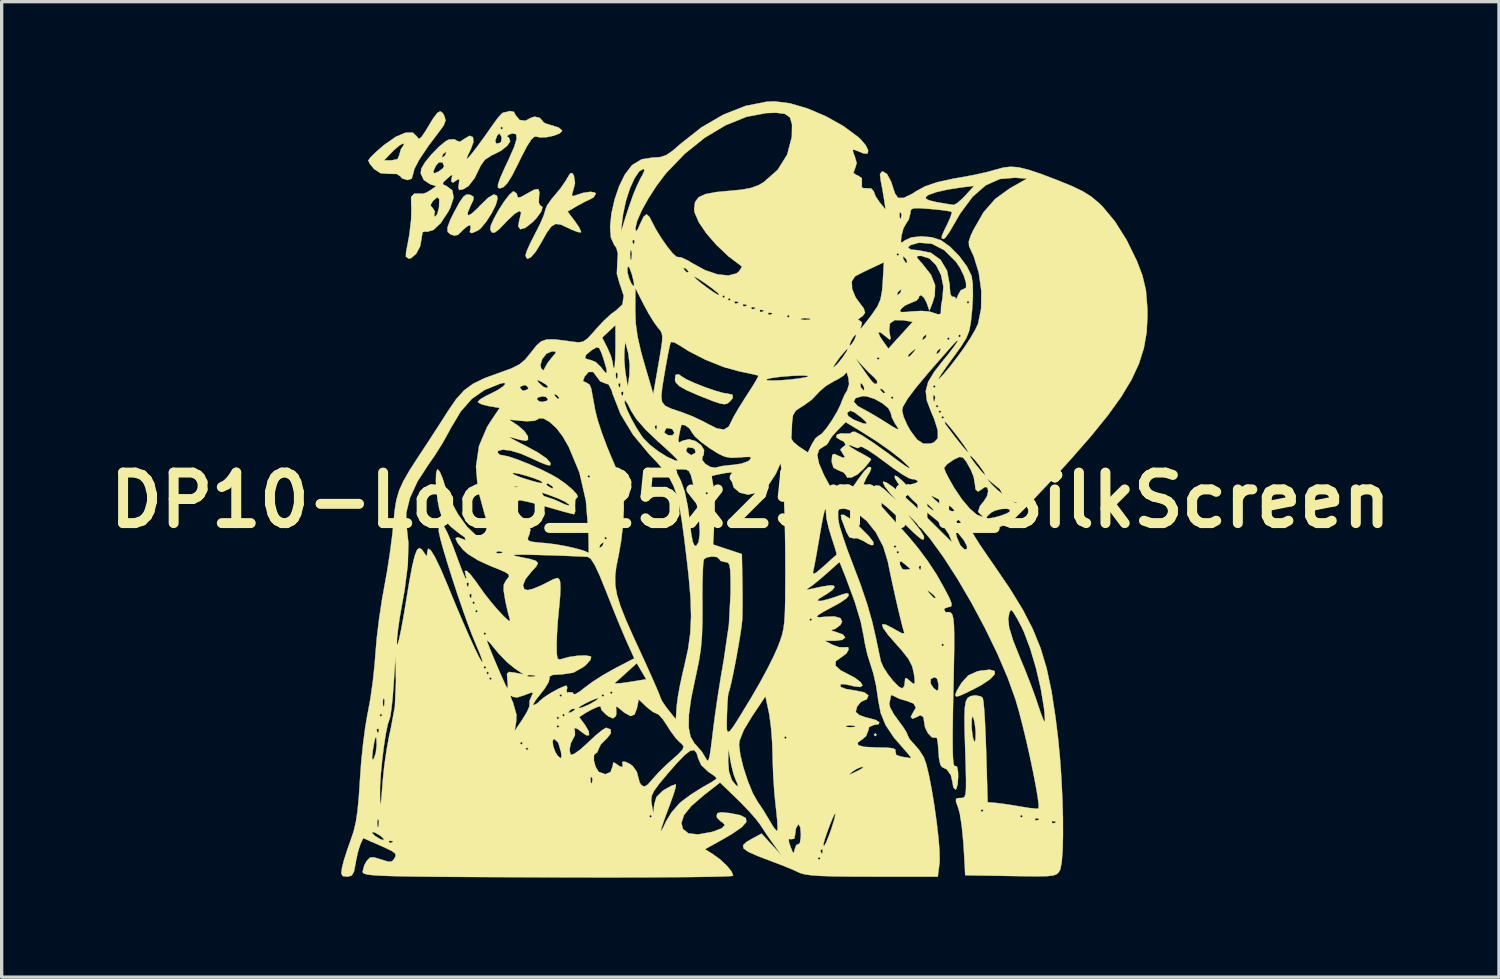
<source format=kicad_pcb>
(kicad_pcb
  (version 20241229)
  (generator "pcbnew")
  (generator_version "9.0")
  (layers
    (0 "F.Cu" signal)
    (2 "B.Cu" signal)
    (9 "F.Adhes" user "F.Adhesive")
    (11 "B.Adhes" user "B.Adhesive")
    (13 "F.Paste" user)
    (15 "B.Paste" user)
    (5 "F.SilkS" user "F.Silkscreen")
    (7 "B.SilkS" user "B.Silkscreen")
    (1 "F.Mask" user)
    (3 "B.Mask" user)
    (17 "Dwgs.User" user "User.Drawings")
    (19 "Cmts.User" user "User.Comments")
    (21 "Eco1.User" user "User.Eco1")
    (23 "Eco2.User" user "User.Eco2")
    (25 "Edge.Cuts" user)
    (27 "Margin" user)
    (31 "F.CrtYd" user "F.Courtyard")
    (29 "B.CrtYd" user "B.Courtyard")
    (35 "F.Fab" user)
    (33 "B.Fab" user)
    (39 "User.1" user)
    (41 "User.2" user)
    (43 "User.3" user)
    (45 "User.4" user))
  (footprint "DP10-Logo_25x25mm_SilkScreen"
    (layer "F.Cu")
    (at 19.565 12.028)
    (property "Reference" "DP10-Logo_25x25mm_SilkScreen" (at 0 0 0) (layer "F.SilkS") (effects (font (size 1.524 1.524) (thickness 0.3))))
    (attr through_hole)
    (fp_poly (pts (xy 3.81 7.07) (xy 3.768 7.112) (xy 3.725 7.07) (xy 3.768 7.027) (xy 3.81 7.07)) (stroke (width 0.01) (type solid)) (fill yes) (layer "F.SilkS"))
    (fp_poly (pts (xy 2.992 0.547) (xy 3.254 0.768) (xy 3.306 0.816) (xy 3.575 1.084) (xy 3.708 1.259) (xy 3.709 1.344) (xy 3.66 1.355) (xy 3.547 1.311) (xy 3.412 1.228) (xy 3.231 1.148) (xy 3.107 1.148) (xy 2.985 1.115) (xy 2.897 0.958) (xy 2.813 0.731) (xy 2.751 0.572) (xy 2.73 0.445) (xy 2.814 0.438) (xy 2.992 0.547)) (stroke (width 0.01) (type solid)) (fill yes) (layer "F.SilkS"))
    (fp_poly (pts (xy 7.364 5.147) (xy 7.368 5.245) (xy 7.235 5.389) (xy 6.969 5.568) (xy 6.78 5.669) (xy 6.481 5.818) (xy 6.302 5.897) (xy 6.213 5.917) (xy 6.183 5.886) (xy 6.181 5.855) (xy 6.224 5.744) (xy 6.333 5.558) (xy 6.373 5.497) (xy 6.57 5.28) (xy 6.83 5.162) (xy 6.931 5.139) (xy 7.219 5.107) (xy 7.364 5.147)) (stroke (width 0.01) (type solid)) (fill yes) (layer "F.SilkS"))
    (fp_poly (pts (xy -2.07 -3.733) (xy -1.927 -3.644) (xy -1.675 -3.53) (xy -1.37 -3.409) (xy -1.066 -3.304) (xy -0.818 -3.234) (xy -0.705 -3.217) (xy -0.539 -3.183) (xy -0.528 -3.084) (xy -0.61 -2.98) (xy -0.685 -2.918) (xy -0.774 -2.894) (xy -0.91 -2.915) (xy -1.126 -2.987) (xy -1.456 -3.117) (xy -1.566 -3.162) (xy -1.917 -3.315) (xy -2.133 -3.436) (xy -2.242 -3.545) (xy -2.271 -3.624) (xy -2.254 -3.781) (xy -2.156 -3.796) (xy -2.07 -3.733)) (stroke (width 0.01) (type solid)) (fill yes) (layer "F.SilkS"))
    (fp_poly (pts (xy -7.636 -9.179) (xy -7.62 -9.088) (xy -7.67 -8.902) (xy -7.796 -8.651) (xy -7.96 -8.396) (xy -8.124 -8.197) (xy -8.21 -8.13) (xy -8.392 -8.051) (xy -8.456 -8.082) (xy -8.436 -8.17) (xy -8.425 -8.281) (xy -8.506 -8.276) (xy -8.649 -8.16) (xy -8.678 -8.128) (xy -8.812 -7.999) (xy -8.922 -7.976) (xy -9.038 -8.015) (xy -9.124 -8.089) (xy -9.126 -8.228) (xy -9.04 -8.458) (xy -8.925 -8.687) (xy -8.764 -8.981) (xy -8.649 -9.148) (xy -8.555 -9.216) (xy -8.456 -9.209) (xy -8.427 -9.199) (xy -8.344 -9.149) (xy -8.345 -9.06) (xy -8.428 -8.884) (xy -8.519 -8.67) (xy -8.509 -8.585) (xy -8.405 -8.632) (xy -8.214 -8.808) (xy -8.149 -8.878) (xy -7.902 -9.117) (xy -7.729 -9.219) (xy -7.636 -9.179)) (stroke (width 0.01) (type solid)) (fill yes) (layer "F.SilkS"))
    (fp_poly (pts (xy -6.356 -9.287) (xy -6.368 -9.144) (xy -6.374 -8.967) (xy -6.337 -8.89) (xy -6.335 -8.89) (xy -6.263 -8.838) (xy -6.303 -8.7) (xy -6.445 -8.504) (xy -6.562 -8.382) (xy -6.782 -8.209) (xy -6.932 -8.168) (xy -6.997 -8.257) (xy -6.958 -8.468) (xy -6.948 -8.495) (xy -6.907 -8.671) (xy -6.962 -8.717) (xy -7.104 -8.634) (xy -7.324 -8.426) (xy -7.366 -8.382) (xy -7.577 -8.164) (xy -7.709 -8.065) (xy -7.788 -8.071) (xy -7.839 -8.159) (xy -7.819 -8.286) (xy -7.723 -8.499) (xy -7.581 -8.754) (xy -7.42 -9.003) (xy -7.268 -9.202) (xy -7.153 -9.304) (xy -7.133 -9.31) (xy -7.039 -9.245) (xy -7.027 -9.188) (xy -7.002 -9.12) (xy -6.902 -9.145) (xy -6.752 -9.23) (xy -6.518 -9.359) (xy -6.394 -9.38) (xy -6.356 -9.287)) (stroke (width 0.01) (type solid)) (fill yes) (layer "F.SilkS"))
    (fp_poly (pts (xy -9.272 -11.672) (xy -9.232 -11.606) (xy -9.184 -11.452) (xy -9.241 -11.298) (xy -9.315 -11.195) (xy -9.703 -10.679) (xy -9.973 -10.276) (xy -10.125 -9.989) (xy -10.16 -9.848) (xy -10.206 -9.691) (xy -10.332 -9.652) (xy -10.492 -9.699) (xy -10.546 -9.762) (xy -10.661 -9.836) (xy -10.874 -9.838) (xy -11.144 -9.856) (xy -11.337 -9.982) (xy -11.465 -10.135) (xy -11.515 -10.24) (xy -11.511 -10.245) (xy -11.038 -10.245) (xy -10.811 -10.245) (xy -10.633 -10.282) (xy -10.583 -10.397) (xy -10.53 -10.585) (xy -10.482 -10.651) (xy -10.434 -10.736) (xy -10.466 -10.753) (xy -10.574 -10.696) (xy -10.738 -10.555) (xy -10.795 -10.499) (xy -11.038 -10.245) (xy -11.511 -10.245) (xy -11.453 -10.329) (xy -11.292 -10.489) (xy -11.064 -10.687) (xy -11.041 -10.706) (xy -10.689 -10.953) (xy -10.394 -11.079) (xy -10.173 -11.082) (xy -10.042 -10.956) (xy -10.037 -10.945) (xy -9.988 -10.89) (xy -9.909 -10.949) (xy -9.782 -11.141) (xy -9.746 -11.202) (xy -9.562 -11.505) (xy -9.435 -11.674) (xy -9.345 -11.724) (xy -9.272 -11.672)) (stroke (width 0.01) (type solid)) (fill yes) (layer "F.SilkS"))
    (fp_poly (pts (xy -5.318 -9.789) (xy -5.283 -9.561) (xy -5.326 -9.385) (xy -5.377 -9.214) (xy -5.353 -9.164) (xy -5.269 -9.19) (xy -5.028 -9.268) (xy -4.814 -9.297) (xy -4.679 -9.273) (xy -4.657 -9.236) (xy -4.725 -9.128) (xy -4.805 -9.083) (xy -4.976 -9.003) (xy -5.2 -8.882) (xy -5.231 -8.864) (xy -5.508 -8.701) (xy -5.286 -8.409) (xy -5.159 -8.223) (xy -5.102 -8.097) (xy -5.106 -8.074) (xy -5.199 -8.084) (xy -5.388 -8.157) (xy -5.502 -8.212) (xy -5.713 -8.309) (xy -5.867 -8.329) (xy -5.995 -8.255) (xy -6.133 -8.067) (xy -6.308 -7.754) (xy -6.473 -7.485) (xy -6.618 -7.321) (xy -6.724 -7.275) (xy -6.772 -7.362) (xy -6.773 -7.391) (xy -6.735 -7.516) (xy -6.635 -7.741) (xy -6.493 -8.021) (xy -6.479 -8.047) (xy -6.334 -8.335) (xy -6.228 -8.58) (xy -6.183 -8.731) (xy -6.183 -8.737) (xy -6.127 -8.883) (xy -5.989 -9.081) (xy -5.921 -9.16) (xy -5.724 -9.397) (xy -5.56 -9.635) (xy -5.53 -9.688) (xy -5.435 -9.845) (xy -5.372 -9.864) (xy -5.318 -9.789)) (stroke (width 0.01) (type solid)) (fill yes) (layer "F.SilkS"))
    (fp_poly (pts (xy -7.128 -11.707) (xy -7.072 -11.605) (xy -6.954 -11.462) (xy -6.776 -11.439) (xy -6.635 -11.517) (xy -6.505 -11.562) (xy -6.353 -11.529) (xy -6.267 -11.441) (xy -6.265 -11.425) (xy -6.191 -11.364) (xy -6.009 -11.306) (xy -5.969 -11.297) (xy -5.773 -11.233) (xy -5.675 -11.147) (xy -5.673 -11.132) (xy -5.747 -11.056) (xy -5.925 -10.987) (xy -6.144 -10.942) (xy -6.338 -10.934) (xy -6.422 -10.956) (xy -6.502 -10.962) (xy -6.601 -10.873) (xy -6.73 -10.672) (xy -6.904 -10.339) (xy -6.998 -10.144) (xy -7.183 -9.78) (xy -7.327 -9.551) (xy -7.448 -9.432) (xy -7.556 -9.399) (xy -7.607 -9.425) (xy -7.605 -9.518) (xy -7.542 -9.703) (xy -7.411 -10.001) (xy -7.287 -10.264) (xy -7.118 -10.647) (xy -7.042 -10.901) (xy -7.059 -11.033) (xy -7.169 -11.056) (xy -7.26 -11.029) (xy -7.335 -10.975) (xy -7.268 -10.914) (xy -7.237 -10.82) (xy -7.326 -10.685) (xy -7.505 -10.54) (xy -7.741 -10.419) (xy -7.785 -10.403) (xy -8.002 -10.262) (xy -8.124 -10.09) (xy -8.312 -9.704) (xy -8.498 -9.468) (xy -8.641 -9.379) (xy -8.771 -9.35) (xy -8.8 -9.426) (xy -8.784 -9.53) (xy -8.771 -9.673) (xy -8.822 -9.669) (xy -8.833 -9.658) (xy -8.962 -9.572) (xy -9.019 -9.617) (xy -9 -9.716) (xy -8.978 -9.805) (xy -9.033 -9.784) (xy -9.134 -9.698) (xy -9.26 -9.578) (xy -9.261 -9.518) (xy -9.156 -9.471) (xy -8.98 -9.338) (xy -8.943 -9.12) (xy -9.045 -8.811) (xy -9.108 -8.691) (xy -9.332 -8.354) (xy -9.549 -8.149) (xy -9.742 -8.09) (xy -9.789 -8.101) (xy -9.877 -8.081) (xy -9.906 -7.918) (xy -9.906 -7.902) (xy -9.953 -7.651) (xy -10.07 -7.431) (xy -10.222 -7.298) (xy -10.293 -7.281) (xy -10.381 -7.341) (xy -10.376 -7.472) (xy -10.279 -7.991) (xy -10.223 -8.457) (xy -10.215 -8.824) (xy -10.221 -8.891) (xy -9.641 -8.891) (xy -9.578 -8.812) (xy -9.572 -8.808) (xy -9.505 -8.699) (xy -9.519 -8.645) (xy -9.526 -8.561) (xy -9.497 -8.551) (xy -9.435 -8.626) (xy -9.387 -8.809) (xy -9.382 -8.848) (xy -9.375 -9.07) (xy -9.426 -9.135) (xy -9.541 -9.047) (xy -9.573 -9.011) (xy -9.641 -8.891) (xy -10.221 -8.891) (xy -10.222 -8.911) (xy -10.223 -9.141) (xy -10.127 -9.243) (xy -9.909 -9.242) (xy -9.88 -9.237) (xy -9.765 -9.272) (xy -9.64 -9.346) (xy -9.468 -9.467) (xy -9.645 -9.523) (xy -9.842 -9.653) (xy -9.934 -9.852) (xy -9.927 -9.907) (xy -9.557 -9.907) (xy -9.531 -9.853) (xy -9.398 -9.906) (xy -9.264 -10.007) (xy -9.229 -10.073) (xy -9.28 -10.186) (xy -9.389 -10.181) (xy -9.478 -10.083) (xy -9.557 -9.907) (xy -9.927 -9.907) (xy -9.917 -9.998) (xy -9.803 -10.187) (xy -9.683 -10.335) (xy -9.293 -10.335) (xy -9.281 -10.329) (xy -9.204 -10.389) (xy -9.186 -10.414) (xy -9.165 -10.493) (xy -9.176 -10.499) (xy -9.254 -10.439) (xy -9.271 -10.414) (xy -9.293 -10.335) (xy -9.683 -10.335) (xy -9.615 -10.418) (xy -9.397 -10.643) (xy -9.196 -10.812) (xy -9.088 -10.872) (xy -8.917 -10.881) (xy -8.846 -10.835) (xy -8.751 -10.804) (xy -8.626 -10.889) (xy -8.46 -10.986) (xy -8.36 -10.946) (xy -8.345 -10.797) (xy -8.417 -10.597) (xy -8.508 -10.408) (xy -8.551 -10.291) (xy -8.551 -10.285) (xy -8.507 -10.315) (xy -8.387 -10.457) (xy -8.214 -10.682) (xy -8.103 -10.834) (xy -7.689 -10.834) (xy -7.654 -10.746) (xy -7.551 -10.771) (xy -7.513 -10.803) (xy -7.494 -10.916) (xy -7.511 -10.98) (xy -7.566 -11.059) (xy -7.63 -10.993) (xy -7.689 -10.834) (xy -8.103 -10.834) (xy -8.008 -10.964) (xy -7.83 -11.218) (xy -7.535 -11.218) (xy -7.493 -11.176) (xy -7.451 -11.218) (xy -7.493 -11.261) (xy -7.535 -11.218) (xy -7.83 -11.218) (xy -7.791 -11.273) (xy -7.757 -11.324) (xy -7.606 -11.529) (xy -7.487 -11.659) (xy -7.446 -11.684) (xy -7.315 -11.711) (xy -7.254 -11.732) (xy -7.128 -11.707)) (stroke (width 0.01) (type solid)) (fill yes) (layer "F.SilkS"))
    (fp_poly (pts (xy 1.19 -11.965) (xy 1.726 -11.808) (xy 2.28 -11.572) (xy 2.804 -11.279) (xy 3.248 -10.95) (xy 3.323 -10.882) (xy 3.481 -10.697) (xy 3.553 -10.542) (xy 3.534 -10.449) (xy 3.417 -10.452) (xy 3.408 -10.455) (xy 3.221 -10.531) (xy 3.151 -10.559) (xy 3.087 -10.562) (xy 3.108 -10.463) (xy 3.146 -10.376) (xy 3.207 -10.161) (xy 3.154 -9.993) (xy 3.106 -9.866) (xy 3.2 -9.802) (xy 3.233 -9.793) (xy 3.363 -9.709) (xy 3.363 -9.57) (xy 3.362 -9.432) (xy 3.415 -9.406) (xy 3.642 -9.399) (xy 3.726 -9.304) (xy 3.727 -9.292) (xy 3.779 -9.157) (xy 3.9 -8.978) (xy 3.903 -8.975) (xy 4.078 -8.763) (xy 4.034 -9.059) (xy 3.984 -9.358) (xy 3.932 -9.631) (xy 3.908 -9.825) (xy 3.957 -9.9) (xy 4.001 -9.906) (xy 4.121 -9.833) (xy 4.242 -9.608) (xy 4.361 -9.246) (xy 4.454 -9.114) (xy 4.628 -9.114) (xy 4.69 -9.144) (xy 5.292 -9.144) (xy 5.294 -9.09) (xy 5.388 -9.04) (xy 5.596 -8.989) (xy 5.941 -8.93) (xy 6.132 -8.902) (xy 6.231 -8.952) (xy 6.393 -9.093) (xy 6.479 -9.183) (xy 6.748 -9.476) (xy 6.358 -9.428) (xy 5.95 -9.365) (xy 5.611 -9.288) (xy 5.378 -9.206) (xy 5.292 -9.144) (xy 4.69 -9.144) (xy 4.893 -9.245) (xy 4.995 -9.313) (xy 5.269 -9.462) (xy 5.633 -9.586) (xy 6.119 -9.693) (xy 6.392 -9.74) (xy 6.768 -9.81) (xy 7.145 -9.895) (xy 7.396 -9.965) (xy 7.632 -10.028) (xy 7.851 -10.053) (xy 8.089 -10.034) (xy 8.378 -9.964) (xy 8.753 -9.839) (xy 9.248 -9.651) (xy 9.261 -9.646) (xy 9.7 -9.467) (xy 10.022 -9.312) (xy 10.273 -9.155) (xy 10.497 -8.969) (xy 10.617 -8.853) (xy 10.989 -8.406) (xy 11.344 -7.842) (xy 11.652 -7.212) (xy 11.82 -6.773) (xy 11.925 -6.327) (xy 11.969 -5.778) (xy 11.972 -5.546) (xy 11.944 -5.053) (xy 11.862 -4.582) (xy 11.714 -4.115) (xy 11.491 -3.634) (xy 11.183 -3.122) (xy 10.779 -2.561) (xy 10.271 -1.933) (xy 9.648 -1.221) (xy 9.347 -0.89) (xy 8.965 -0.478) (xy 8.606 -0.098) (xy 8.291 0.228) (xy 8.041 0.478) (xy 7.876 0.631) (xy 7.846 0.655) (xy 7.494 0.815) (xy 7.091 0.833) (xy 6.821 0.764) (xy 6.688 0.727) (xy 6.624 0.752) (xy 6.636 0.851) (xy 6.731 1.04) (xy 6.912 1.329) (xy 7.188 1.735) (xy 7.352 1.97) (xy 7.827 2.668) (xy 8.209 3.291) (xy 8.511 3.874) (xy 8.748 4.455) (xy 8.933 5.07) (xy 9.079 5.755) (xy 9.2 6.548) (xy 9.277 7.177) (xy 9.333 7.759) (xy 9.376 8.37) (xy 9.406 8.983) (xy 9.423 9.571) (xy 9.425 10.107) (xy 9.413 10.562) (xy 9.386 10.911) (xy 9.344 11.126) (xy 9.33 11.157) (xy 9.284 11.228) (xy 9.222 11.279) (xy 9.119 11.312) (xy 8.947 11.33) (xy 8.681 11.336) (xy 8.295 11.333) (xy 7.849 11.326) (xy 6.477 11.303) (xy 6.461 10.964) (xy 6.423 10.332) (xy 6.374 9.824) (xy 6.352 9.68) (xy 9.088 9.68) (xy 9.099 9.731) (xy 9.144 9.737) (xy 9.214 9.706) (xy 9.2 9.68) (xy 9.1 9.67) (xy 9.088 9.68) (xy 6.352 9.68) (xy 6.338 9.596) (xy 8.58 9.596) (xy 8.591 9.646) (xy 8.636 9.652) (xy 8.706 9.621) (xy 8.692 9.596) (xy 8.592 9.585) (xy 8.58 9.596) (xy 6.338 9.596) (xy 6.327 9.525) (xy 8.128 9.525) (xy 8.17 9.567) (xy 8.213 9.525) (xy 8.17 9.483) (xy 8.128 9.525) (xy 6.327 9.525) (xy 6.317 9.455) (xy 6.29 9.356) (xy 6.943 9.356) (xy 6.985 9.398) (xy 7.027 9.356) (xy 6.985 9.313) (xy 6.943 9.356) (xy 6.29 9.356) (xy 6.27 9.282) (xy 6.199 9.083) (xy 6.201 8.997) (xy 6.289 8.975) (xy 6.353 8.975) (xy 6.415 8.969) (xy 6.459 8.936) (xy 6.487 8.852) (xy 6.501 8.694) (xy 6.503 8.439) (xy 6.494 8.063) (xy 6.478 7.543) (xy 6.477 7.5) (xy 6.46 6.945) (xy 6.458 6.785) (xy 6.669 6.785) (xy 6.675 6.9) (xy 6.705 7.128) (xy 6.743 7.264) (xy 6.761 7.281) (xy 6.788 7.206) (xy 6.793 7.015) (xy 6.787 6.9) (xy 6.757 6.673) (xy 6.719 6.537) (xy 6.701 6.519) (xy 6.674 6.595) (xy 6.669 6.785) (xy 6.458 6.785) (xy 6.455 6.536) (xy 6.465 6.25) (xy 6.496 6.065) (xy 6.552 5.958) (xy 6.637 5.905) (xy 6.756 5.884) (xy 6.797 5.881) (xy 6.956 5.916) (xy 7.007 5.962) (xy 7.028 6.073) (xy 7.051 6.324) (xy 7.073 6.686) (xy 7.094 7.132) (xy 7.11 7.578) (xy 7.154 9.102) (xy 7.408 9.123) (xy 7.635 9.151) (xy 7.945 9.198) (xy 8.157 9.235) (xy 8.426 9.278) (xy 8.62 9.297) (xy 8.687 9.291) (xy 8.693 9.188) (xy 8.663 8.951) (xy 8.605 8.609) (xy 8.524 8.191) (xy 8.427 7.728) (xy 8.319 7.249) (xy 8.207 6.784) (xy 8.097 6.363) (xy 7.996 6.014) (xy 7.995 6.008) (xy 7.757 5.349) (xy 7.446 4.622) (xy 7.078 3.863) (xy 6.926 3.577) (xy 7.774 3.577) (xy 7.802 3.835) (xy 7.922 4.228) (xy 8.103 4.682) (xy 8.279 5.107) (xy 8.453 5.551) (xy 8.597 5.945) (xy 8.649 6.1) (xy 8.745 6.385) (xy 8.824 6.594) (xy 8.869 6.687) (xy 8.872 6.689) (xy 8.881 6.613) (xy 8.869 6.418) (xy 8.85 6.244) (xy 8.753 5.667) (xy 8.61 5.056) (xy 8.437 4.472) (xy 8.25 3.976) (xy 8.184 3.833) (xy 8.046 3.57) (xy 7.931 3.38) (xy 7.863 3.302) (xy 7.861 3.302) (xy 7.812 3.376) (xy 7.776 3.557) (xy 7.774 3.577) (xy 6.926 3.577) (xy 6.672 3.102) (xy 6.247 2.375) (xy 5.821 1.713) (xy 5.412 1.15) (xy 5.078 0.759) (xy 4.867 0.541) (xy 4.77 0.448) (xy 4.785 0.481) (xy 4.903 0.626) (xy 5.127 0.909) (xy 5.234 1.088) (xy 5.231 1.173) (xy 5.183 1.185) (xy 5.098 1.129) (xy 4.926 0.978) (xy 4.701 0.761) (xy 4.612 0.671) (xy 4.358 0.423) (xy 4.13 0.216) (xy 3.967 0.086) (xy 3.937 0.068) (xy 3.872 0.035) (xy 3.841 0.028) (xy 3.856 0.063) (xy 3.929 0.156) (xy 4.074 0.322) (xy 4.303 0.577) (xy 4.629 0.938) (xy 4.746 1.068) (xy 5.045 1.425) (xy 5.349 1.834) (xy 5.601 2.217) (xy 5.647 2.295) (xy 5.862 2.679) (xy 5.998 2.939) (xy 6.063 3.101) (xy 6.065 3.185) (xy 6.013 3.215) (xy 5.978 3.217) (xy 5.86 3.26) (xy 5.842 3.302) (xy 5.89 3.376) (xy 5.905 3.377) (xy 5.984 3.369) (xy 6.044 3.387) (xy 6.089 3.448) (xy 6.12 3.57) (xy 6.139 3.771) (xy 6.146 4.069) (xy 6.145 4.482) (xy 6.136 5.028) (xy 6.121 5.726) (xy 6.121 5.728) (xy 6.106 6.456) (xy 6.099 7.027) (xy 6.1 7.455) (xy 6.108 7.752) (xy 6.125 7.932) (xy 6.149 8.008) (xy 6.167 8.009) (xy 6.231 8.027) (xy 6.262 8.19) (xy 6.265 8.335) (xy 6.249 8.564) (xy 6.207 8.702) (xy 6.181 8.721) (xy 6.118 8.648) (xy 6.096 8.503) (xy 6.045 8.286) (xy 5.923 8.112) (xy 5.78 8.043) (xy 5.727 7.968) (xy 5.689 7.783) (xy 5.684 7.726) (xy 5.661 7.413) (xy 5.642 7.236) (xy 5.619 7.161) (xy 5.588 7.155) (xy 5.577 7.161) (xy 5.471 7.144) (xy 5.353 7.021) (xy 5.268 6.848) (xy 5.249 6.739) (xy 5.216 6.533) (xy 5.121 6.479) (xy 5.022 6.532) (xy 4.893 6.586) (xy 4.836 6.532) (xy 4.895 6.416) (xy 4.99 6.254) (xy 4.922 6.128) (xy 4.72 6.051) (xy 4.496 5.985) (xy 4.341 5.908) (xy 4.339 5.907) (xy 4.247 5.868) (xy 4.233 5.909) (xy 4.205 6.065) (xy 4.188 6.116) (xy 4.212 6.242) (xy 4.322 6.444) (xy 4.441 6.609) (xy 4.605 6.831) (xy 4.714 7.007) (xy 4.741 7.078) (xy 4.799 7.198) (xy 4.919 7.332) (xy 5.089 7.526) (xy 5.23 7.747) (xy 5.304 7.955) (xy 5.385 8.292) (xy 5.468 8.721) (xy 5.547 9.202) (xy 5.616 9.695) (xy 5.67 10.163) (xy 5.703 10.566) (xy 5.708 10.865) (xy 5.702 10.943) (xy 5.651 11.345) (xy 3.679 11.345) (xy 3.012 11.343) (xy 2.494 11.336) (xy 2.104 11.323) (xy 1.821 11.302) (xy 1.625 11.273) (xy 1.495 11.234) (xy 1.467 11.221) (xy 1.267 11.129) (xy 0.971 11.008) (xy 0.641 10.882) (xy 0.635 10.88) (xy 0.412 10.795) (xy 2.032 10.795) (xy 2.074 10.837) (xy 2.117 10.795) (xy 2.074 10.753) (xy 2.032 10.795) (xy 0.412 10.795) (xy 0.21 10.718) (xy -0.066 10.594) (xy -0.204 10.493) (xy -0.218 10.401) (xy -0.12 10.304) (xy 0.042 10.208) (xy 0.34 10.048) (xy 0.643 10.379) (xy 0.947 10.71) (xy 0.702 10.372) (xy 0.588 10.21) (xy 1.161 10.21) (xy 1.164 10.298) (xy 1.211 10.44) (xy 1.278 10.608) (xy 1.314 10.627) (xy 1.324 10.583) (xy 2.117 10.583) (xy 2.148 10.653) (xy 2.173 10.64) (xy 2.183 10.539) (xy 2.173 10.527) (xy 2.123 10.539) (xy 2.117 10.583) (xy 1.324 10.583) (xy 1.338 10.519) (xy 1.388 10.389) (xy 1.399 10.387) (xy 2.201 10.387) (xy 2.224 10.425) (xy 2.287 10.315) (xy 2.384 10.071) (xy 2.448 9.889) (xy 2.526 9.638) (xy 2.564 9.478) (xy 2.553 9.443) (xy 2.552 9.444) (xy 2.494 9.553) (xy 2.408 9.762) (xy 2.315 10.009) (xy 2.239 10.235) (xy 2.202 10.376) (xy 2.201 10.387) (xy 1.399 10.387) (xy 1.445 10.375) (xy 1.494 10.332) (xy 1.521 10.165) (xy 1.524 10.075) (xy 1.506 9.858) (xy 1.459 9.774) (xy 1.439 9.779) (xy 1.375 9.895) (xy 1.355 10.047) (xy 1.325 10.203) (xy 1.234 10.216) (xy 1.161 10.21) (xy 0.588 10.21) (xy 0.517 10.108) (xy 0.346 9.852) (xy 0.299 9.779) (xy 0.164 9.601) (xy -0.055 9.354) (xy -0.315 9.085) (xy -0.385 9.017) (xy -0.912 8.509) (xy -1.408 8.896) (xy -1.781 9.219) (xy -2.001 9.493) (xy -2.076 9.729) (xy -2.033 9.904) (xy -1.867 10.04) (xy -1.577 10.073) (xy -1.173 10.001) (xy -1.089 9.977) (xy -0.849 9.881) (xy -0.767 9.786) (xy -0.85 9.699) (xy -0.889 9.683) (xy -1.002 9.57) (xy -1.016 9.504) (xy -0.985 9.429) (xy -0.868 9.406) (xy -0.625 9.429) (xy -0.617 9.43) (xy -0.301 9.493) (xy -0.134 9.579) (xy -0.119 9.697) (xy -0.257 9.854) (xy -0.551 10.058) (xy -0.823 10.216) (xy -1.366 10.519) (xy -1.127 10.667) (xy -0.907 10.828) (xy -0.707 11.016) (xy -0.565 11.19) (xy -0.518 11.309) (xy -0.52 11.318) (xy -0.608 11.33) (xy -0.851 11.34) (xy -1.235 11.349) (xy -1.746 11.357) (xy -2.37 11.362) (xy -3.093 11.367) (xy -3.901 11.369) (xy -4.78 11.369) (xy -5.715 11.367) (xy -6.117 11.366) (xy -7.225 11.361) (xy -8.176 11.357) (xy -8.981 11.352) (xy -9.653 11.347) (xy -10.204 11.34) (xy -10.645 11.332) (xy -10.989 11.322) (xy -11.248 11.31) (xy -11.434 11.295) (xy -11.558 11.277) (xy -11.633 11.256) (xy -11.671 11.232) (xy -11.683 11.203) (xy -11.684 11.192) (xy -11.635 11.003) (xy -11.565 10.876) (xy -11.471 10.776) (xy -11.357 10.759) (xy -11.159 10.817) (xy -11.131 10.827) (xy -10.917 10.892) (xy -10.802 10.885) (xy -10.744 10.825) (xy -10.69 10.726) (xy -10.7 10.651) (xy -10.799 10.575) (xy -11.015 10.47) (xy -11.167 10.403) (xy -11.461 10.273) (xy -10.894 10.273) (xy -10.882 10.323) (xy -10.837 10.329) (xy -10.768 10.298) (xy -10.781 10.273) (xy -10.881 10.263) (xy -10.894 10.273) (xy -11.461 10.273) (xy -11.667 10.182) (xy -11.753 10.372) (xy -11.819 10.572) (xy -11.881 10.85) (xy -11.898 10.953) (xy -11.946 11.195) (xy -12.014 11.311) (xy -12.128 11.345) (xy -12.157 11.345) (xy -12.29 11.327) (xy -12.328 11.237) (xy -12.305 11.07) (xy -12.248 10.847) (xy -12.149 10.537) (xy -12.045 10.245) (xy -11.975 10.037) (xy -11.396 10.037) (xy -11.308 10.12) (xy -11.148 10.217) (xy -11.059 10.245) (xy -11.05 10.204) (xy -11.139 10.12) (xy -11.299 10.023) (xy -11.388 9.996) (xy -11.396 10.037) (xy -11.975 10.037) (xy -11.955 9.977) (xy -11.899 9.737) (xy -11.247 9.737) (xy -11.234 9.857) (xy -11.205 9.842) (xy -11.193 9.669) (xy -11.205 9.631) (xy -11.235 9.62) (xy -11.247 9.737) (xy -11.899 9.737) (xy -11.888 9.693) (xy -11.863 9.525) (xy -3.048 9.525) (xy -3.006 9.567) (xy -2.963 9.525) (xy -3.006 9.483) (xy -3.048 9.525) (xy -11.863 9.525) (xy -11.838 9.353) (xy -11.798 8.918) (xy -11.793 8.848) (xy -11.162 8.848) (xy -11.157 9.081) (xy -11.149 9.181) (xy -11.136 9.141) (xy -11.127 9.048) (xy -2.986 9.048) (xy -2.973 9.152) (xy -2.923 9.44) (xy -2.896 9.169) (xy -2.826 8.941) (xy -2.642 8.76) (xy -2.573 8.715) (xy -2.381 8.609) (xy -2.258 8.565) (xy -2.241 8.568) (xy -2.252 8.659) (xy -2.315 8.867) (xy -2.416 9.153) (xy -2.457 9.261) (xy -2.586 9.608) (xy -2.667 9.848) (xy -2.698 9.969) (xy -2.676 9.959) (xy -2.599 9.808) (xy -2.543 9.687) (xy -2.377 9.413) (xy -2.147 9.147) (xy -2.07 9.078) (xy -1.781 8.865) (xy -1.461 8.663) (xy -1.383 8.619) (xy -1.171 8.498) (xy -1.038 8.407) (xy -1.016 8.379) (xy -1.081 8.31) (xy -1.24 8.202) (xy -1.263 8.188) (xy -1.481 7.981) (xy -1.527 7.876) (xy -0.667 7.876) (xy -0.642 8.185) (xy -0.56 8.425) (xy -0.546 8.448) (xy -0.423 8.6) (xy -0.367 8.624) (xy -0.396 8.521) (xy -0.429 8.456) (xy -0.502 8.263) (xy -0.571 7.99) (xy -0.591 7.885) (xy -0.657 7.493) (xy -0.667 7.876) (xy -1.527 7.876) (xy -1.567 7.788) (xy -1.621 7.612) (xy -1.697 7.53) (xy -1.812 7.551) (xy -1.982 7.683) (xy -2.223 7.934) (xy -2.51 8.263) (xy -2.752 8.555) (xy -2.9 8.758) (xy -2.971 8.91) (xy -2.986 9.048) (xy -11.127 9.048) (xy -11.117 8.95) (xy -11.09 8.602) (xy -11.083 8.509) (xy -11.074 8.417) (xy -4.819 8.417) (xy -4.804 8.527) (xy -4.775 8.528) (xy -4.755 8.415) (xy -4.768 8.366) (xy -4.806 8.334) (xy -4.819 8.417) (xy -11.074 8.417) (xy -11.036 8.037) (xy -10.966 7.541) (xy -10.957 7.493) (xy -6.773 7.493) (xy -6.731 7.535) (xy -6.689 7.493) (xy -6.731 7.451) (xy -6.773 7.493) (xy -10.957 7.493) (xy -10.926 7.324) (xy -6.943 7.324) (xy -6.9 7.366) (xy -6.858 7.324) (xy -6.9 7.281) (xy -6.943 7.324) (xy -10.926 7.324) (xy -10.915 7.262) (xy -5.961 7.262) (xy -5.94 7.416) (xy -5.876 7.591) (xy -5.819 7.684) (xy -5.721 7.781) (xy -5.689 7.728) (xy -5.707 7.579) (xy -5.726 7.518) (xy -5.449 7.518) (xy -5.42 7.656) (xy -5.402 7.672) (xy -5.305 7.643) (xy -5.128 7.517) (xy -4.907 7.319) (xy -4.879 7.291) (xy -4.651 7.079) (xy -4.461 6.925) (xy -4.347 6.859) (xy -4.342 6.858) (xy -4.21 6.907) (xy -4.205 7.028) (xy -4.326 7.183) (xy -4.353 7.206) (xy -4.505 7.36) (xy -4.572 7.495) (xy -4.572 7.499) (xy -4.617 7.608) (xy -4.651 7.62) (xy -4.712 7.686) (xy -4.714 7.843) (xy -4.667 8.026) (xy -4.581 8.171) (xy -4.558 8.191) (xy -4.368 8.258) (xy -4.213 8.192) (xy -4.149 8.018) (xy -4.149 8.017) (xy -4.129 7.9) (xy -4.057 7.932) (xy -4.047 7.942) (xy -3.926 8.027) (xy -3.843 8.034) (xy -3.852 7.959) (xy -3.852 7.959) (xy -3.858 7.884) (xy -3.766 7.884) (xy -3.625 7.95) (xy -3.542 8.014) (xy -3.42 8.186) (xy -3.387 8.314) (xy -3.334 8.51) (xy -3.283 8.585) (xy -3.196 8.633) (xy -3.09 8.57) (xy -2.965 8.428) (xy -2.768 8.207) (xy -2.518 7.962) (xy -2.413 7.869) (xy -2.168 7.652) (xy -2.039 7.512) (xy -2.011 7.419) (xy -2.067 7.343) (xy -2.113 7.308) (xy -2.245 7.173) (xy -2.408 6.951) (xy -2.474 6.846) (xy -1.858 6.846) (xy -1.801 7.129) (xy -1.681 7.333) (xy -1.642 7.372) (xy -1.462 7.577) (xy -1.335 7.786) (xy -1.333 7.789) (xy -1.293 7.855) (xy -1.258 7.828) (xy -1.222 7.691) (xy -1.182 7.424) (xy -1.175 7.366) (xy -0.339 7.366) (xy -0.302 7.67) (xy -0.207 8.059) (xy -0.073 8.468) (xy 0.077 8.834) (xy 0.216 9.08) (xy 0.394 9.344) (xy 0.57 9.637) (xy 0.595 9.681) (xy 0.711 9.869) (xy 0.795 9.964) (xy 0.814 9.967) (xy 0.823 9.87) (xy 0.811 9.647) (xy 0.78 9.34) (xy 0.766 9.22) (xy 0.723 8.789) (xy 0.69 8.284) (xy 0.69 8.263) (xy 2.981 8.263) (xy 3.01 8.263) (xy 3.133 8.206) (xy 3.3 8.122) (xy 3.38 8.074) (xy 3.401 8.032) (xy 3.323 8.047) (xy 3.199 8.102) (xy 3.085 8.175) (xy 2.981 8.263) (xy 0.69 8.263) (xy 0.673 7.8) (xy 0.672 7.707) (xy 0.658 7.281) (xy 0.648 7.154) (xy 1.016 7.154) (xy 1.058 7.197) (xy 1.101 7.154) (xy 1.058 7.112) (xy 1.016 7.154) (xy 0.648 7.154) (xy 0.625 6.853) (xy 0.621 6.826) (xy 2.867 6.826) (xy 2.979 6.841) (xy 3.006 6.841) (xy 3.15 6.832) (xy 3.163 6.806) (xy 3.155 6.802) (xy 2.987 6.786) (xy 2.901 6.799) (xy 2.867 6.826) (xy 0.621 6.826) (xy 0.579 6.496) (xy 0.562 6.405) (xy 0.457 5.91) (xy 0.059 6.503) (xy -0.196 6.925) (xy -0.323 7.243) (xy -0.339 7.366) (xy -1.175 7.366) (xy -1.131 7.007) (xy -1.129 6.985) (xy -1.064 6.479) (xy -0.978 5.887) (xy -0.882 5.288) (xy -0.803 4.834) (xy -0.645 3.752) (xy -0.593 2.781) (xy -0.595 2.377) (xy -0.604 2.112) (xy -0.627 1.958) (xy -0.668 1.885) (xy -0.733 1.864) (xy -0.762 1.863) (xy -0.9 1.827) (xy -0.931 1.778) (xy -1 1.714) (xy -1.153 1.696) (xy -1.315 1.724) (xy -1.399 1.782) (xy -1.418 1.894) (xy -1.432 2.143) (xy -1.442 2.497) (xy -1.445 2.924) (xy -1.444 3.131) (xy -1.444 3.682) (xy -1.459 4.117) (xy -1.492 4.49) (xy -1.549 4.855) (xy -1.635 5.264) (xy -1.648 5.322) (xy -1.781 5.962) (xy -1.851 6.463) (xy -1.858 6.846) (xy -2.474 6.846) (xy -2.492 6.817) (xy -2.636 6.601) (xy -2.762 6.462) (xy -2.814 6.435) (xy -2.935 6.38) (xy -3.107 6.247) (xy -3.138 6.218) (xy -3.364 6.002) (xy -3.415 6.261) (xy -3.489 6.459) (xy -3.61 6.505) (xy -3.795 6.403) (xy -3.882 6.329) (xy -4.018 6.222) (xy -4.052 6.243) (xy -4.043 6.273) (xy -4.038 6.453) (xy -4.064 6.519) (xy -4.141 6.574) (xy -4.27 6.517) (xy -4.349 6.459) (xy -4.481 6.327) (xy -4.512 6.235) (xy -4.508 6.23) (xy -4.512 6.203) (xy -4.619 6.235) (xy -4.783 6.309) (xy -4.956 6.405) (xy -4.971 6.415) (xy -5.158 6.535) (xy -4.977 6.78) (xy -4.867 6.971) (xy -4.86 7.081) (xy -4.944 7.085) (xy -5.065 6.999) (xy -5.214 6.888) (xy -5.303 6.863) (xy -5.299 6.931) (xy -5.289 6.946) (xy -5.285 7.083) (xy -5.314 7.137) (xy -5.41 7.321) (xy -5.449 7.518) (xy -5.726 7.518) (xy -5.788 7.308) (xy -5.902 7.199) (xy -5.924 7.197) (xy -5.961 7.262) (xy -10.915 7.262) (xy -10.885 7.097) (xy -10.841 6.908) (xy -10.713 6.218) (xy -10.699 5.899) (xy -7.23 5.899) (xy -7.188 6.019) (xy -7.155 6.088) (xy -7.048 6.464) (xy -7.056 6.666) (xy -7.103 6.955) (xy -7.01 6.816) (xy -5.842 6.816) (xy -5.8 6.858) (xy -5.757 6.816) (xy -5.8 6.773) (xy -5.842 6.816) (xy -7.01 6.816) (xy -6.86 6.593) (xy -6.841 6.562) (xy -5.842 6.562) (xy -5.8 6.604) (xy -5.757 6.562) (xy -5.8 6.519) (xy -5.842 6.562) (xy -6.841 6.562) (xy -6.79 6.477) (xy -5.673 6.477) (xy -5.63 6.519) (xy -5.588 6.477) (xy -5.63 6.435) (xy -5.673 6.477) (xy -6.79 6.477) (xy -6.75 6.411) (xy -5.495 6.411) (xy -5.41 6.393) (xy -5.394 6.387) (xy -5.29 6.32) (xy -5.289 6.282) (xy -5.379 6.291) (xy -5.441 6.339) (xy -5.495 6.411) (xy -6.75 6.411) (xy -6.729 6.375) (xy -6.682 6.269) (xy -5.166 6.269) (xy -5.061 6.243) (xy -4.884 6.167) (xy -4.822 6.136) (xy -4.652 6.037) (xy -4.573 5.968) (xy -4.572 5.965) (xy -4.636 5.975) (xy -4.789 6.036) (xy -4.97 6.122) (xy -5.117 6.204) (xy -5.158 6.234) (xy -5.166 6.269) (xy -6.682 6.269) (xy -6.659 6.214) (xy -6.656 6.165) (xy -6.652 6.047) (xy -6.603 5.925) (xy -6.552 5.816) (xy -6.586 5.792) (xy -6.734 5.845) (xy -6.802 5.873) (xy -7.027 5.945) (xy -7.163 5.924) (xy -7.197 5.897) (xy -7.23 5.899) (xy -10.699 5.899) (xy -10.681 5.476) (xy -10.681 5.469) (xy -10.682 5.376) (xy -7.874 5.376) (xy -7.832 5.419) (xy -7.789 5.376) (xy -7.832 5.334) (xy -7.874 5.376) (xy -10.682 5.376) (xy -10.685 5.207) (xy -7.959 5.207) (xy -7.916 5.249) (xy -7.874 5.207) (xy -7.916 5.165) (xy -7.959 5.207) (xy -10.685 5.207) (xy -10.688 5.038) (xy -8.043 5.038) (xy -8.001 5.08) (xy -7.959 5.038) (xy -8.001 4.995) (xy -8.043 5.038) (xy -10.688 5.038) (xy -10.694 4.699) (xy -10.753 5.597) (xy -10.783 5.977) (xy -10.818 6.297) (xy -10.852 6.519) (xy -10.874 6.595) (xy -10.927 6.752) (xy -10.986 7.037) (xy -11.043 7.407) (xy -11.095 7.821) (xy -11.135 8.237) (xy -11.159 8.613) (xy -11.162 8.848) (xy -11.793 8.848) (xy -11.766 8.424) (xy -11.728 7.897) (xy -11.714 7.758) (xy -11.4 7.758) (xy -11.382 7.824) (xy -11.348 7.789) (xy -11.289 7.619) (xy -11.262 7.383) (xy -11.262 7.373) (xy -11.27 7.171) (xy -11.293 7.134) (xy -11.33 7.258) (xy -11.377 7.535) (xy -11.4 7.758) (xy -11.714 7.758) (xy -11.672 7.354) (xy -11.619 6.943) (xy -11.261 6.943) (xy -11.23 7.012) (xy -11.204 6.999) (xy -11.194 6.899) (xy -11.204 6.886) (xy -11.255 6.898) (xy -11.261 6.943) (xy -11.619 6.943) (xy -11.607 6.853) (xy -11.544 6.477) (xy -11.176 6.477) (xy -11.134 6.519) (xy -11.091 6.477) (xy -11.134 6.435) (xy -11.176 6.477) (xy -11.544 6.477) (xy -11.54 6.452) (xy -11.527 6.392) (xy -11.472 6.096) (xy -11.078 6.096) (xy -11.065 6.216) (xy -11.035 6.202) (xy -11.024 6.028) (xy -11.035 5.99) (xy -11.066 5.98) (xy -11.078 6.096) (xy -11.472 6.096) (xy -11.449 5.97) (xy -11.377 5.457) (xy -11.322 4.934) (xy -11.301 4.657) (xy -11.275 4.343) (xy -10.652 4.343) (xy -10.632 4.35) (xy -10.591 4.209) (xy -10.533 3.941) (xy -10.463 3.566) (xy -10.385 3.104) (xy -10.373 3.027) (xy -10.274 2.428) (xy -10.19 1.984) (xy -10.117 1.681) (xy -10.049 1.504) (xy -9.98 1.441) (xy -9.906 1.477) (xy -9.828 1.587) (xy -9.761 1.686) (xy -9.741 1.628) (xy -9.739 1.569) (xy -9.711 1.459) (xy -9.633 1.505) (xy -9.509 1.703) (xy -9.341 2.051) (xy -9.131 2.542) (xy -9.097 2.625) (xy -8.878 3.159) (xy -8.666 3.658) (xy -8.472 4.1) (xy -8.306 4.463) (xy -8.177 4.726) (xy -8.095 4.866) (xy -8.072 4.883) (xy -8.088 4.796) (xy -8.161 4.6) (xy -8.267 4.352) (xy -8.31 4.248) (xy -7.936 4.248) (xy -7.847 4.479) (xy -7.729 4.766) (xy -7.601 5.069) (xy -7.479 5.347) (xy -7.382 5.56) (xy -7.326 5.667) (xy -7.32 5.673) (xy -7.308 5.599) (xy -7.321 5.422) (xy -7.323 5.409) (xy -7.329 5.309) (xy -6.72 5.309) (xy -6.604 5.321) (xy -6.484 5.307) (xy -6.498 5.278) (xy -6.672 5.267) (xy -6.71 5.278) (xy -6.72 5.309) (xy -7.329 5.309) (xy -7.334 5.23) (xy -7.272 5.174) (xy -7.094 5.198) (xy -6.831 5.25) (xy -7.116 5.058) (xy -7.336 4.876) (xy -7.578 4.627) (xy -7.695 4.486) (xy -7.841 4.308) (xy -7.927 4.226) (xy -7.936 4.248) (xy -8.31 4.248) (xy -8.384 4.069) (xy -8.402 4.022) (xy -8.043 4.022) (xy -8.001 4.064) (xy -7.959 4.022) (xy -8.001 3.979) (xy -8.043 4.022) (xy -8.402 4.022) (xy -8.524 3.698) (xy -8.651 3.344) (xy -8.297 3.344) (xy -8.255 3.387) (xy -8.213 3.344) (xy -8.255 3.302) (xy -8.297 3.344) (xy -8.651 3.344) (xy -8.678 3.267) (xy -8.738 3.09) (xy -8.382 3.09) (xy -8.34 3.133) (xy -8.297 3.09) (xy -8.34 3.048) (xy -8.382 3.09) (xy -8.738 3.09) (xy -8.811 2.879) (xy -8.467 2.879) (xy -8.436 2.948) (xy -8.41 2.935) (xy -8.4 2.835) (xy -8.41 2.822) (xy -8.461 2.834) (xy -8.467 2.879) (xy -8.811 2.879) (xy -8.837 2.803) (xy -8.923 2.54) (xy -8.551 2.54) (xy -8.52 2.61) (xy -8.495 2.596) (xy -8.485 2.496) (xy -8.495 2.484) (xy -8.545 2.495) (xy -8.551 2.54) (xy -8.923 2.54) (xy -8.991 2.333) (xy -9.132 1.885) (xy -9.252 1.486) (xy -9.341 1.164) (xy -9.39 0.947) (xy -9.391 0.861) (xy -9.391 0.861) (xy -9.352 0.779) (xy -9.367 0.744) (xy -9.358 0.686) (xy -9.307 0.694) (xy -9.231 0.786) (xy -9.12 1.002) (xy -8.992 1.306) (xy -8.909 1.528) (xy -8.784 1.869) (xy -8.677 2.147) (xy -8.601 2.324) (xy -8.575 2.369) (xy -8.556 2.343) (xy -8.578 2.265) (xy -8.605 2.132) (xy -8.551 2.128) (xy -8.433 2.24) (xy -8.265 2.458) (xy -8.194 2.561) (xy -8.014 2.813) (xy -7.813 3.069) (xy -7.612 3.304) (xy -7.435 3.494) (xy -7.304 3.614) (xy -7.24 3.641) (xy -7.245 3.598) (xy -7.296 3.419) (xy -7.359 3.149) (xy -7.392 2.985) (xy -7.436 2.709) (xy -7.428 2.538) (xy -7.362 2.415) (xy -7.337 2.385) (xy -7.275 2.303) (xy -7.282 2.238) (xy -7.382 2.168) (xy -7.6 2.073) (xy -7.81 1.991) (xy -8.204 1.811) (xy -8.44 1.665) (xy -7.13 1.665) (xy -7.018 1.694) (xy -6.985 1.701) (xy -6.649 1.769) (xy -6.461 1.827) (xy -6.401 1.895) (xy -6.451 1.995) (xy -6.59 2.145) (xy -6.776 2.378) (xy -6.851 2.566) (xy -6.81 2.683) (xy -6.709 2.709) (xy -6.552 2.671) (xy -6.314 2.573) (xy -6.168 2.5) (xy -5.939 2.383) (xy -5.816 2.343) (xy -5.76 2.377) (xy -5.733 2.453) (xy -5.722 2.614) (xy -5.732 2.886) (xy -5.76 3.212) (xy -5.763 3.233) (xy -5.801 3.633) (xy -5.828 4.05) (xy -5.838 4.348) (xy -5.834 4.624) (xy -5.811 4.765) (xy -5.756 4.803) (xy -5.698 4.789) (xy -5.465 4.724) (xy -5.201 4.686) (xy -4.965 4.678) (xy -4.816 4.705) (xy -4.796 4.722) (xy -4.824 4.82) (xy -4.957 4.966) (xy -5.033 5.028) (xy -5.332 5.196) (xy -5.675 5.249) (xy -5.707 5.249) (xy -5.951 5.264) (xy -6.05 5.313) (xy -6.049 5.359) (xy -6.077 5.478) (xy -6.193 5.672) (xy -6.312 5.824) (xy -6.464 6.017) (xy -6.541 6.146) (xy -6.536 6.181) (xy -6.421 6.122) (xy -6.345 6.047) (xy -6.215 5.939) (xy -6.13 5.884) (xy -5.757 5.884) (xy -5.715 5.927) (xy -5.673 5.884) (xy -4.487 5.884) (xy -4.445 5.927) (xy -4.403 5.884) (xy -4.445 5.842) (xy -4.487 5.884) (xy -5.673 5.884) (xy -5.715 5.842) (xy -5.757 5.884) (xy -6.13 5.884) (xy -6.005 5.804) (xy -5.778 5.68) (xy -5.596 5.6) (xy -5.54 5.588) (xy -5.516 5.651) (xy -5.532 5.711) (xy -5.529 5.797) (xy -5.457 5.786) (xy -5.351 5.795) (xy -5.334 5.84) (xy -5.278 5.847) (xy -5.198 5.8) (xy -4.233 5.8) (xy -4.191 5.842) (xy -4.149 5.8) (xy -4.191 5.757) (xy -4.233 5.8) (xy -5.198 5.8) (xy -5.133 5.76) (xy -5.004 5.658) (xy -4.805 5.51) (xy -4.088 5.51) (xy -4.049 5.524) (xy -3.88 5.511) (xy -3.645 5.478) (xy -3.137 5.396) (xy -3.279 5.154) (xy -3.422 4.912) (xy -3.722 5.186) (xy -3.912 5.358) (xy -4.053 5.481) (xy -4.088 5.51) (xy -4.805 5.51) (xy -4.758 5.475) (xy -4.43 5.265) (xy -4.089 5.073) (xy -4.085 5.071) (xy -3.497 4.766) (xy -3.723 4.267) (xy -3.844 3.987) (xy -4.005 3.602) (xy -4.182 3.162) (xy -4.345 2.749) (xy -4.537 2.276) (xy -4.688 1.954) (xy -4.806 1.769) (xy -4.89 1.709) (xy -5.025 1.699) (xy -5.295 1.687) (xy -5.662 1.672) (xy -6.093 1.658) (xy -6.223 1.654) (xy -6.676 1.642) (xy -6.97 1.64) (xy -7.118 1.647) (xy -7.13 1.665) (xy -8.44 1.665) (xy -8.518 1.616) (xy -8.55 1.588) (xy -7.668 1.588) (xy -7.585 1.602) (xy -7.475 1.586) (xy -7.474 1.558) (xy -7.587 1.537) (xy -7.636 1.551) (xy -7.668 1.588) (xy -8.55 1.588) (xy -8.657 1.493) (xy -8.827 1.28) (xy -8.885 1.149) (xy -8.827 1.115) (xy -8.763 1.134) (xy -8.547 1.217) (xy -8.474 1.228) (xy -8.544 1.161) (xy -8.758 1.011) (xy -8.762 1.008) (xy -9.016 0.806) (xy -9.223 0.592) (xy -9.309 0.466) (xy -9.373 0.272) (xy -9.424 0.002) (xy -9.46 -0.298) (xy -9.477 -0.583) (xy -9.471 -0.807) (xy -9.437 -0.924) (xy -9.421 -0.931) (xy -9.358 -0.857) (xy -9.275 -0.662) (xy -9.204 -0.439) (xy -9.041 -0.004) (xy -8.807 0.427) (xy -8.537 0.799) (xy -8.284 1.042) (xy -8.114 1.146) (xy -8.002 1.142) (xy -7.936 1.092) (xy -7.877 1.011) (xy -7.869 0.893) (xy -7.915 0.698) (xy -8.008 0.42) (xy -8.212 -0.335) (xy -8.218 -0.407) (xy -7.11 -0.407) (xy -7.06 -0.363) (xy -6.872 -0.297) (xy -6.559 -0.214) (xy -6.522 -0.206) (xy -6.204 -0.12) (xy -5.92 -0.025) (xy -5.773 0.039) (xy -5.584 0.128) (xy -5.469 0.16) (xy -5.455 0.134) (xy -5.571 0.051) (xy -5.588 0.041) (xy -5.787 -0.052) (xy -6.077 -0.162) (xy -6.402 -0.272) (xy -6.708 -0.362) (xy -6.939 -0.416) (xy -7.008 -0.423) (xy -7.11 -0.407) (xy -8.218 -0.407) (xy -8.224 -0.474) (xy -6.156 -0.474) (xy -6.096 -0.423) (xy -5.961 -0.347) (xy -5.943 -0.376) (xy -5.969 -0.423) (xy -6.093 -0.504) (xy -6.122 -0.507) (xy -6.156 -0.474) (xy -8.224 -0.474) (xy -8.252 -0.82) (xy -7.167 -0.82) (xy -7.12 -0.773) (xy -6.952 -0.701) (xy -6.802 -0.651) (xy -6.512 -0.564) (xy -6.35 -0.523) (xy -6.279 -0.521) (xy -6.265 -0.544) (xy -6.338 -0.593) (xy -6.518 -0.663) (xy -6.748 -0.737) (xy -6.971 -0.797) (xy -7.128 -0.825) (xy -7.167 -0.82) (xy -8.252 -0.82) (xy -8.268 -1.017) (xy -8.206 -1.439) (xy -7.62 -1.439) (xy -7.55 -1.369) (xy -7.462 -1.355) (xy -7.283 -1.318) (xy -7.001 -1.222) (xy -6.66 -1.086) (xy -6.306 -0.928) (xy -5.987 -0.768) (xy -5.796 -0.658) (xy -5.561 -0.492) (xy -5.364 -0.325) (xy -5.233 -0.184) (xy -5.196 -0.098) (xy -5.225 -0.085) (xy -5.277 -0.012) (xy -5.283 0.163) (xy -5.282 0.169) (xy -5.279 0.346) (xy -5.313 0.422) (xy -5.314 0.422) (xy -5.419 0.398) (xy -5.644 0.338) (xy -5.95 0.251) (xy -6.092 0.21) (xy -6.433 0.115) (xy -6.725 0.042) (xy -6.921 0.003) (xy -6.959 0) (xy -7.088 0.052) (xy -7.095 0.193) (xy -6.986 0.397) (xy -6.843 0.565) (xy -6.68 0.751) (xy -6.626 0.885) (xy -6.658 1.024) (xy -6.667 1.045) (xy -6.708 1.149) (xy -6.691 1.213) (xy -6.587 1.251) (xy -6.363 1.277) (xy -6.152 1.294) (xy -5.866 1.329) (xy -5.551 1.385) (xy -5.253 1.453) (xy -5.015 1.521) (xy -4.882 1.58) (xy -4.868 1.599) (xy -4.87 1.526) (xy -4.871 1.434) (xy -4.551 1.434) (xy -4.54 1.439) (xy -4.462 1.38) (xy -4.445 1.355) (xy -4.423 1.276) (xy -4.435 1.27) (xy -4.512 1.33) (xy -4.53 1.355) (xy -4.551 1.434) (xy -4.871 1.434) (xy -4.873 1.325) (xy -4.876 1.143) (xy -4.403 1.143) (xy -4.36 1.185) (xy -4.318 1.143) (xy -4.36 1.101) (xy -4.403 1.143) (xy -4.876 1.143) (xy -4.878 1.035) (xy -4.879 0.978) (xy -4.955 0.018) (xy -5.124 -0.72) (xy -4.911 -0.72) (xy -4.868 -0.677) (xy -4.826 -0.72) (xy -4.868 -0.762) (xy -4.911 -0.72) (xy -5.124 -0.72) (xy -5.151 -0.837) (xy -5.472 -1.607) (xy -5.654 -1.924) (xy -5.841 -2.17) (xy -6.047 -2.359) (xy -6.235 -2.466) (xy -6.372 -2.469) (xy -6.403 -2.439) (xy -6.515 -2.393) (xy -6.739 -2.382) (xy -6.862 -2.39) (xy -7.268 -2.429) (xy -7 -2.249) (xy -6.816 -2.091) (xy -6.709 -1.935) (xy -6.702 -1.912) (xy -6.701 -1.824) (xy -6.764 -1.792) (xy -6.922 -1.816) (xy -7.204 -1.895) (xy -7.252 -1.909) (xy -7.257 -1.898) (xy -7.134 -1.826) (xy -6.908 -1.708) (xy -6.806 -1.657) (xy -6.405 -1.441) (xy -6.141 -1.26) (xy -6.021 -1.123) (xy -6.033 -1.051) (xy -6.126 -1.063) (xy -6.325 -1.139) (xy -6.588 -1.262) (xy -6.593 -1.264) (xy -6.922 -1.407) (xy -7.223 -1.496) (xy -7.459 -1.525) (xy -7.598 -1.489) (xy -7.62 -1.439) (xy -8.206 -1.439) (xy -8.176 -1.637) (xy -7.935 -2.205) (xy -7.835 -2.365) (xy -7.555 -2.782) (xy -7.884 -2.838) (xy -8.092 -2.89) (xy -8.205 -2.95) (xy -8.213 -2.967) (xy -8.142 -3.041) (xy -8.13 -3.048) (xy -6.435 -3.048) (xy -6.364 -2.979) (xy -6.265 -2.963) (xy -6.128 -2.999) (xy -6.096 -3.048) (xy -6.167 -3.117) (xy -6.265 -3.133) (xy -6.403 -3.097) (xy -6.435 -3.048) (xy -8.13 -3.048) (xy -7.963 -3.147) (xy -7.865 -3.193) (xy -5.913 -3.193) (xy -5.892 -3.146) (xy -5.807 -3.055) (xy -5.758 -3.074) (xy -5.757 -3.085) (xy -5.817 -3.157) (xy -5.855 -3.183) (xy -5.913 -3.193) (xy -7.865 -3.193) (xy -7.843 -3.204) (xy -7.612 -3.321) (xy -7.515 -3.387) (xy -6.943 -3.387) (xy -6.874 -3.312) (xy -6.816 -3.302) (xy -6.703 -3.348) (xy -6.689 -3.387) (xy -6.757 -3.462) (xy -6.816 -3.471) (xy -6.928 -3.426) (xy -6.943 -3.387) (xy -7.515 -3.387) (xy -7.452 -3.429) (xy -7.382 -3.509) (xy -7.421 -3.538) (xy -7.546 -3.512) (xy -8.014 -3.321) (xy -8.398 -3.052) (xy -8.728 -2.675) (xy -9.035 -2.161) (xy -9.075 -2.083) (xy -9.273 -1.727) (xy -9.517 -1.339) (xy -9.699 -1.079) (xy -10.032 -0.566) (xy -10.26 -0.068) (xy -10.371 0.385) (xy -10.366 0.72) (xy -10.305 1.289) (xy -10.323 1.946) (xy -10.421 2.715) (xy -10.485 3.073) (xy -10.56 3.492) (xy -10.616 3.874) (xy -10.648 4.176) (xy -10.652 4.343) (xy -11.275 4.343) (xy -11.259 4.155) (xy -11.188 3.573) (xy -11.101 2.992) (xy -11.035 2.625) (xy -10.943 2.115) (xy -10.859 1.564) (xy -10.791 1.046) (xy -10.759 0.716) (xy -10.72 0.312) (xy -10.668 -0.011) (xy -10.585 -0.294) (xy -10.455 -0.581) (xy -10.262 -0.915) (xy -9.989 -1.338) (xy -9.949 -1.397) (xy -9.69 -1.791) (xy -9.409 -2.224) (xy -9.158 -2.615) (xy -9.112 -2.689) (xy -8.866 -3.048) (xy -8.627 -3.312) (xy -8.351 -3.514) (xy -8.179 -3.597) (xy -6.415 -3.597) (xy -6.361 -3.528) (xy -6.234 -3.417) (xy -6.128 -3.384) (xy -6.096 -3.426) (xy -6.161 -3.49) (xy -6.287 -3.567) (xy -6.345 -3.595) (xy -5.043 -3.595) (xy -4.975 -3.556) (xy -4.958 -3.556) (xy -4.844 -3.484) (xy -4.794 -3.365) (xy -4.76 -3.177) (xy -4.708 -2.896) (xy -4.671 -2.69) (xy -4.598 -2.407) (xy -4.473 -2.027) (xy -4.316 -1.608) (xy -4.196 -1.319) (xy -4.025 -0.918) (xy -3.914 -0.618) (xy -3.85 -0.369) (xy -3.82 -0.119) (xy -3.812 0.183) (xy -3.812 0.27) (xy -3.835 0.722) (xy -3.893 1.226) (xy -3.971 1.668) (xy -4.039 1.999) (xy -4.073 2.286) (xy -4.069 2.561) (xy -4.018 2.851) (xy -3.915 3.187) (xy -3.753 3.597) (xy -3.525 4.111) (xy -3.348 4.495) (xy -3.143 4.942) (xy -2.965 5.337) (xy -2.826 5.654) (xy -2.737 5.866) (xy -2.709 5.947) (xy -2.661 6.053) (xy -2.538 6.233) (xy -2.477 6.312) (xy -2.336 6.488) (xy -2.253 6.592) (xy -2.244 6.604) (xy -2.239 6.528) (xy -2.227 6.335) (xy -2.218 6.202) (xy -2.185 5.939) (xy -2.119 5.575) (xy -2.031 5.17) (xy -1.985 4.98) (xy -1.876 4.484) (xy -1.809 4.007) (xy -1.785 3.509) (xy -1.801 2.949) (xy -1.858 2.286) (xy -1.905 1.866) (xy -1.989 1.17) (xy -2.064 0.617) (xy -2.137 0.181) (xy -2.218 -0.163) (xy -2.317 -0.441) (xy -2.441 -0.679) (xy -2.6 -0.901) (xy -2.627 -0.931) (xy -2.265 -0.931) (xy -2.089 -0.576) (xy -1.977 -0.26) (xy -1.884 0.185) (xy -1.829 0.6) (xy -1.783 0.997) (xy -1.737 1.244) (xy -1.686 1.364) (xy -1.635 1.379) (xy -1.559 1.265) (xy -1.525 1.016) (xy -1.523 0.943) (xy -1.54 0.673) (xy -1.583 0.306) (xy -1.646 -0.089) (xy -1.665 -0.191) (xy -1.669 -0.212) (xy -1.355 -0.212) (xy -1.312 -0.169) (xy -1.27 -0.212) (xy -1.312 -0.254) (xy -1.355 -0.212) (xy -1.669 -0.212) (xy -1.735 -0.543) (xy -1.784 -0.731) (xy -1.159 -0.731) (xy -1.154 -0.647) (xy -1.119 -0.461) (xy -1.11 -0.421) (xy -1.083 -0.198) (xy -1.072 0.131) (xy -1.078 0.506) (xy -1.082 0.604) (xy -1.121 1.334) (xy -0.687 1.478) (xy -0.254 1.622) (xy -0.239 2.441) (xy -0.235 2.841) (xy -0.235 3.218) (xy -0.239 3.511) (xy -0.243 3.598) (xy -0.265 3.803) (xy -0.311 4.109) (xy -0.373 4.476) (xy -0.443 4.861) (xy -0.515 5.226) (xy -0.58 5.528) (xy -0.63 5.728) (xy -0.65 5.78) (xy -0.671 5.891) (xy -0.69 6.125) (xy -0.703 6.433) (xy -0.705 6.481) (xy -0.711 6.737) (xy -0.707 6.908) (xy -0.681 6.986) (xy -0.621 6.962) (xy -0.515 6.827) (xy -0.35 6.57) (xy -0.115 6.184) (xy 0.049 5.913) (xy 0.289 5.498) (xy 0.521 5.069) (xy 0.714 4.681) (xy 0.825 4.431) (xy 0.9 4.234) (xy 0.957 4.06) (xy 0.998 3.879) (xy 1.026 3.664) (xy 1.03 3.598) (xy 1.778 3.598) (xy 1.82 3.641) (xy 1.863 3.598) (xy 1.82 3.556) (xy 1.778 3.598) (xy 1.03 3.598) (xy 1.043 3.387) (xy 1.052 3.02) (xy 1.054 2.684) (xy 1.701 2.684) (xy 1.732 2.694) (xy 1.82 2.675) (xy 2.175 2.6) (xy 2.393 2.566) (xy 2.506 2.57) (xy 2.54 2.61) (xy 2.54 2.616) (xy 2.472 2.707) (xy 2.3 2.829) (xy 2.223 2.873) (xy 2.053 2.979) (xy 2.031 3.033) (xy 2.14 3.034) (xy 2.366 2.978) (xy 2.54 2.921) (xy 2.785 2.836) (xy 2.911 2.803) (xy 2.957 2.818) (xy 2.963 2.876) (xy 2.963 2.877) (xy 2.894 2.96) (xy 2.717 3.082) (xy 2.561 3.17) (xy 2.233 3.345) (xy 2.05 3.457) (xy 2.002 3.515) (xy 2.082 3.529) (xy 2.244 3.512) (xy 2.538 3.501) (xy 2.719 3.554) (xy 2.767 3.662) (xy 2.715 3.761) (xy 2.558 3.878) (xy 2.466 3.905) (xy 2.438 3.926) (xy 2.553 3.963) (xy 2.575 3.968) (xy 2.795 4.048) (xy 2.86 4.138) (xy 2.77 4.209) (xy 2.568 4.234) (xy 2.244 4.234) (xy 2.479 4.357) (xy 2.683 4.43) (xy 2.839 4.432) (xy 2.948 4.428) (xy 2.962 4.506) (xy 2.896 4.619) (xy 2.763 4.72) (xy 2.752 4.726) (xy 2.576 4.851) (xy 2.569 4.986) (xy 2.729 5.13) (xy 2.879 5.207) (xy 3.157 5.354) (xy 3.328 5.486) (xy 3.383 5.584) (xy 3.315 5.63) (xy 3.115 5.606) (xy 3.048 5.588) (xy 2.847 5.544) (xy 2.729 5.543) (xy 2.722 5.547) (xy 2.721 5.626) (xy 2.886 5.69) (xy 3.171 5.736) (xy 3.437 5.791) (xy 3.552 5.875) (xy 3.556 5.895) (xy 3.51 6.001) (xy 3.477 6.011) (xy 3.336 6.076) (xy 3.217 6.221) (xy 3.18 6.371) (xy 3.185 6.388) (xy 3.291 6.477) (xy 3.498 6.55) (xy 3.563 6.563) (xy 3.776 6.621) (xy 3.886 6.691) (xy 3.872 6.75) (xy 3.725 6.773) (xy 3.583 6.834) (xy 3.556 6.94) (xy 3.488 7.109) (xy 3.387 7.197) (xy 3.237 7.306) (xy 3.254 7.385) (xy 3.438 7.433) (xy 3.787 7.451) (xy 3.819 7.451) (xy 4.136 7.457) (xy 4.313 7.479) (xy 4.379 7.524) (xy 4.374 7.572) (xy 4.399 7.677) (xy 4.555 7.729) (xy 4.745 7.759) (xy 4.841 7.777) (xy 4.826 7.731) (xy 4.722 7.603) (xy 4.671 7.547) (xy 4.316 7.136) (xy 4.077 6.774) (xy 3.931 6.415) (xy 3.854 6.014) (xy 3.849 5.969) (xy 3.793 5.595) (xy 3.71 5.224) (xy 3.633 4.981) (xy 3.528 4.646) (xy 3.444 4.27) (xy 3.424 4.134) (xy 3.329 3.66) (xy 3.147 3.056) (xy 2.88 2.334) (xy 2.835 2.221) (xy 2.69 1.859) (xy 2.334 2.178) (xy 2.105 2.377) (xy 1.902 2.542) (xy 1.815 2.605) (xy 1.701 2.684) (xy 1.054 2.684) (xy 1.055 2.534) (xy 1.056 2.159) (xy 1.891 2.159) (xy 1.897 2.225) (xy 1.988 2.181) (xy 2.179 2.019) (xy 2.212 1.99) (xy 2.412 1.808) (xy 2.554 1.682) (xy 2.602 1.644) (xy 2.589 1.567) (xy 2.532 1.375) (xy 2.456 1.144) (xy 2.364 0.842) (xy 2.302 0.575) (xy 2.286 0.438) (xy 2.281 0.35) (xy 2.629 0.35) (xy 2.641 0.542) (xy 2.646 0.58) (xy 2.694 0.788) (xy 2.793 1.107) (xy 2.926 1.494) (xy 3.069 1.871) (xy 3.326 2.549) (xy 3.522 3.128) (xy 3.673 3.657) (xy 3.795 4.188) (xy 3.795 4.191) (xy 3.857 4.49) (xy 3.914 4.758) (xy 3.932 4.846) (xy 4.009 5.028) (xy 4.151 5.25) (xy 4.32 5.463) (xy 4.479 5.62) (xy 4.581 5.673) (xy 4.641 5.601) (xy 4.657 5.49) (xy 4.667 5.366) (xy 4.726 5.375) (xy 4.819 5.455) (xy 4.918 5.535) (xy 4.939 5.526) (xy 5.435 5.526) (xy 5.52 5.656) (xy 5.625 5.744) (xy 5.666 5.704) (xy 5.673 5.546) (xy 5.629 5.375) (xy 5.546 5.334) (xy 5.437 5.392) (xy 5.435 5.526) (xy 4.939 5.526) (xy 4.957 5.518) (xy 4.951 5.375) (xy 4.933 5.235) (xy 4.879 5.002) (xy 4.764 4.779) (xy 4.559 4.518) (xy 4.432 4.377) (xy 4.418 4.36) (xy 5.757 4.36) (xy 5.8 4.403) (xy 5.842 4.36) (xy 5.8 4.318) (xy 5.757 4.36) (xy 4.418 4.36) (xy 4.154 4.059) (xy 4.002 3.846) (xy 3.975 3.741) (xy 4.076 3.745) (xy 4.302 3.86) (xy 4.383 3.909) (xy 4.574 4.011) (xy 4.64 4.004) (xy 4.634 3.972) (xy 4.591 3.828) (xy 4.524 3.559) (xy 4.439 3.204) (xy 4.348 2.805) (xy 4.328 2.71) (xy 5.34 2.71) (xy 5.361 2.754) (xy 5.408 2.815) (xy 5.531 2.947) (xy 5.587 2.946) (xy 5.588 2.931) (xy 5.53 2.861) (xy 5.44 2.783) (xy 5.34 2.71) (xy 4.328 2.71) (xy 4.26 2.401) (xy 4.182 2.033) (xy 4.149 1.866) (xy 4.508 1.866) (xy 4.511 1.946) (xy 4.586 2.075) (xy 4.674 2.092) (xy 4.802 2.08) (xy 4.826 2.075) (xy 4.78 2.032) (xy 5.08 2.032) (xy 5.111 2.102) (xy 5.136 2.088) (xy 5.147 1.988) (xy 5.136 1.976) (xy 5.086 1.987) (xy 5.08 2.032) (xy 4.78 2.032) (xy 4.77 2.023) (xy 4.662 1.93) (xy 4.543 1.838) (xy 4.508 1.866) (xy 4.149 1.866) (xy 4.149 1.863) (xy 4.059 1.566) (xy 4.403 1.566) (xy 4.445 1.609) (xy 4.487 1.566) (xy 4.445 1.524) (xy 4.403 1.566) (xy 4.059 1.566) (xy 4.008 1.397) (xy 4.318 1.397) (xy 4.36 1.439) (xy 4.403 1.397) (xy 4.36 1.355) (xy 4.318 1.397) (xy 4.008 1.397) (xy 4.007 1.394) (xy 3.785 0.97) (xy 3.507 0.621) (xy 3.196 0.374) (xy 2.877 0.259) (xy 2.804 0.254) (xy 2.676 0.27) (xy 2.629 0.35) (xy 2.281 0.35) (xy 2.278 0.28) (xy 2.252 0.28) (xy 2.207 0.439) (xy 2.144 0.762) (xy 2.079 1.143) (xy 2.014 1.52) (xy 1.955 1.848) (xy 1.909 2.082) (xy 1.891 2.159) (xy 1.056 2.159) (xy 1.056 2.032) (xy 1.053 1.443) (xy 1.044 0.866) (xy 1.03 0.338) (xy 1.012 -0.103) (xy 0.99 -0.419) (xy 0.987 -0.456) (xy 0.915 -1.124) (xy 0.766 -0.791) (xy 0.54 -0.448) (xy 0.241 -0.235) (xy -0.069 -0.169) (xy -0.322 -0.231) (xy -0.5 -0.386) (xy -0.564 -0.595) (xy -0.549 -0.682) (xy -0.523 -0.8) (xy -0.576 -0.84) (xy -0.745 -0.821) (xy -0.816 -0.808) (xy -1.027 -0.766) (xy -1.149 -0.735) (xy -1.159 -0.731) (xy -1.784 -0.731) (xy -1.792 -0.761) (xy -1.85 -0.877) (xy -1.928 -0.923) (xy -2.036 -0.931) (xy -2.265 -0.931) (xy -2.627 -0.931) (xy -2.804 -1.134) (xy -3.058 -1.401) (xy -3.536 -1.977) (xy -3.91 -2.596) (xy -4.074 -3.014) (xy -3.788 -3.014) (xy -3.783 -2.913) (xy -3.707 -2.712) (xy -3.584 -2.455) (xy -3.433 -2.183) (xy -3.275 -1.94) (xy -3.219 -1.865) (xy -3.024 -1.668) (xy -2.765 -1.469) (xy -2.494 -1.302) (xy -2.265 -1.2) (xy -2.18 -1.185) (xy -2.212 -1.237) (xy -2.349 -1.376) (xy -2.496 -1.514) (xy -1.936 -1.514) (xy -1.908 -1.445) (xy -1.785 -1.358) (xy -1.66 -1.425) (xy -1.651 -1.44) (xy -1.67 -1.536) (xy -1.734 -1.577) (xy -1.887 -1.594) (xy -1.936 -1.514) (xy -2.496 -1.514) (xy -2.567 -1.58) (xy -2.776 -1.767) (xy -2.799 -1.789) (xy -2.171 -1.789) (xy -2.139 -1.743) (xy -2.035 -1.796) (xy -1.85 -1.839) (xy -1.654 -1.785) (xy -1.488 -1.666) (xy -1.392 -1.514) (xy -1.407 -1.361) (xy -1.439 -1.321) (xy -1.452 -1.216) (xy -1.357 -1.097) (xy -1.206 -1.005) (xy -1.052 -0.98) (xy -1.016 -0.991) (xy -0.855 -1.03) (xy -0.607 -1.06) (xy -0.519 -1.066) (xy -0.261 -1.105) (xy -0.064 -1.179) (xy -0.026 -1.208) (xy 0.027 -1.278) (xy -0.021 -1.307) (xy -0.197 -1.302) (xy -0.324 -1.291) (xy -0.568 -1.278) (xy -0.762 -1.311) (xy -0.88 -1.365) (xy 2.019 -1.365) (xy 2.067 -1.115) (xy 2.222 -0.757) (xy 2.238 -0.725) (xy 2.377 -0.471) (xy 2.49 -0.307) (xy 2.557 -0.261) (xy 2.563 -0.27) (xy 2.621 -0.338) (xy 2.716 -0.275) (xy 2.816 -0.196) (xy 2.902 -0.195) (xy 3.007 -0.29) (xy 3.163 -0.501) (xy 3.225 -0.593) (xy 3.429 -0.869) (xy 3.567 -1.004) (xy 3.635 -0.995) (xy 3.641 -0.95) (xy 3.597 -0.839) (xy 3.506 -0.692) (xy 3.422 -0.507) (xy 3.421 -0.372) (xy 3.474 -0.29) (xy 3.568 -0.316) (xy 3.658 -0.375) (xy 3.781 -0.446) (xy 3.887 -0.438) (xy 4.03 -0.335) (xy 4.145 -0.232) (xy 4.445 0.042) (xy 4.197 -0.232) (xy 4.059 -0.409) (xy 3.999 -0.535) (xy 4.005 -0.561) (xy 4.096 -0.539) (xy 4.286 -0.409) (xy 4.557 -0.189) (xy 4.89 0.107) (xy 5.267 0.464) (xy 5.505 0.699) (xy 5.747 0.94) (xy 5.939 1.13) (xy 6.052 1.241) (xy 6.071 1.259) (xy 6.054 1.199) (xy 5.99 1.038) (xy 5.982 1.018) (xy 5.931 0.945) (xy 6.199 0.945) (xy 6.204 1.038) (xy 6.228 1.122) (xy 6.329 1.355) (xy 6.446 1.477) (xy 6.528 1.476) (xy 6.532 1.387) (xy 6.448 1.223) (xy 6.418 1.181) (xy 6.268 0.992) (xy 6.199 0.945) (xy 5.931 0.945) (xy 5.858 0.838) (xy 5.666 0.645) (xy 6.21 0.645) (xy 6.223 0.677) (xy 6.299 0.758) (xy 6.313 0.762) (xy 6.349 0.696) (xy 6.35 0.677) (xy 6.285 0.596) (xy 6.26 0.593) (xy 6.21 0.645) (xy 5.666 0.645) (xy 5.641 0.619) (xy 5.53 0.53) (xy 7.112 0.53) (xy 7.181 0.548) (xy 7.347 0.522) (xy 7.551 0.466) (xy 7.731 0.398) (xy 7.817 0.345) (xy 7.827 0.281) (xy 7.725 0.255) (xy 7.56 0.265) (xy 7.383 0.309) (xy 7.26 0.372) (xy 7.142 0.48) (xy 7.112 0.53) (xy 5.53 0.53) (xy 5.451 0.466) (xy 5.757 0.466) (xy 5.8 0.508) (xy 5.842 0.466) (xy 5.8 0.423) (xy 5.757 0.466) (xy 5.451 0.466) (xy 5.409 0.432) (xy 5.146 0.223) (xy 4.883 -0.021) (xy 4.647 -0.269) (xy 4.464 -0.493) (xy 4.36 -0.663) (xy 4.356 -0.743) (xy 4.434 -0.712) (xy 4.59 -0.578) (xy 4.791 -0.369) (xy 4.827 -0.328) (xy 5.068 -0.07) (xy 5.301 0.152) (xy 5.477 0.292) (xy 5.479 0.294) (xy 5.537 0.316) (xy 5.481 0.244) (xy 5.322 0.091) (xy 5.271 0.045) (xy 5.092 -0.124) (xy 5.451 -0.124) (xy 5.54 -0.038) (xy 5.673 0.078) (xy 5.877 0.232) (xy 6.048 0.323) (xy 6.096 0.334) (xy 6.159 0.309) (xy 6.08 0.224) (xy 6.054 0.203) (xy 5.853 0.069) (xy 5.63 -0.054) (xy 5.483 -0.124) (xy 5.451 -0.124) (xy 5.092 -0.124) (xy 4.999 -0.212) (xy 4.859 -0.382) (xy 4.844 -0.477) (xy 4.95 -0.508) (xy 4.958 -0.508) (xy 5.047 -0.547) (xy 5.04 -0.589) (xy 4.929 -0.64) (xy 4.887 -0.632) (xy 4.781 -0.665) (xy 4.576 -0.784) (xy 4.303 -0.969) (xy 4.065 -1.146) (xy 3.771 -1.362) (xy 3.529 -1.522) (xy 3.369 -1.608) (xy 3.317 -1.611) (xy 3.233 -1.57) (xy 3.126 -1.612) (xy 2.998 -1.664) (xy 2.963 -1.656) (xy 3.032 -1.595) (xy 3.204 -1.491) (xy 3.302 -1.439) (xy 3.505 -1.329) (xy 3.626 -1.252) (xy 3.641 -1.235) (xy 3.59 -1.157) (xy 3.464 -1.002) (xy 3.41 -0.94) (xy 3.228 -0.777) (xy 3.05 -0.686) (xy 2.92 -0.683) (xy 2.879 -0.76) (xy 2.807 -0.841) (xy 2.667 -0.897) (xy 2.508 -0.978) (xy 2.456 -1.149) (xy 2.455 -1.197) (xy 2.469 -1.365) (xy 2.532 -1.396) (xy 2.619 -1.358) (xy 2.8 -1.278) (xy 2.852 -1.302) (xy 2.783 -1.411) (xy 2.713 -1.53) (xy 2.772 -1.587) (xy 2.773 -1.587) (xy 2.873 -1.668) (xy 2.823 -1.765) (xy 2.708 -1.821) (xy 2.591 -1.897) (xy 2.61 -1.976) (xy 2.735 -2.018) (xy 2.843 -2.01) (xy 3.006 -2.012) (xy 3.071 -2.059) (xy 3.155 -2.064) (xy 3.365 -1.956) (xy 3.701 -1.737) (xy 4.162 -1.407) (xy 4.445 -1.196) (xy 4.66 -1.042) (xy 4.786 -0.967) (xy 4.788 -0.969) (xy 5.843 -0.969) (xy 5.883 -0.855) (xy 5.991 -0.644) (xy 6.142 -0.38) (xy 6.144 -0.376) (xy 6.377 -0.03) (xy 6.613 0.25) (xy 6.825 0.435) (xy 6.985 0.498) (xy 7.004 0.472) (xy 6.964 0.452) (xy 6.865 0.347) (xy 6.922 0.175) (xy 7.038 0.031) (xy 7.134 -0.121) (xy 7.169 -0.274) (xy 7.148 -0.382) (xy 7.073 -0.401) (xy 7.008 -0.353) (xy 6.867 -0.26) (xy 6.79 -0.324) (xy 6.773 -0.47) (xy 6.743 -0.644) (xy 7.139 -0.644) (xy 7.185 -0.583) (xy 7.281 -0.472) (xy 7.441 -0.317) (xy 7.647 -0.148) (xy 7.849 -0.003) (xy 7.995 0.078) (xy 8.022 0.084) (xy 8.043 0.02) (xy 8.043 0.006) (xy 7.973 -0.08) (xy 7.868 -0.129) (xy 7.7 -0.216) (xy 7.477 -0.372) (xy 7.382 -0.449) (xy 7.201 -0.6) (xy 7.139 -0.644) (xy 6.743 -0.644) (xy 6.732 -0.706) (xy 6.649 -0.914) (xy 6.509 -1.164) (xy 6.409 -1.288) (xy 6.308 -1.306) (xy 6.167 -1.243) (xy 6.11 -1.21) (xy 5.934 -1.088) (xy 5.845 -0.982) (xy 5.843 -0.969) (xy 4.788 -0.969) (xy 4.805 -0.982) (xy 4.785 -1.007) (xy 4.558 -1.223) (xy 4.391 -1.355) (xy 6.626 -1.355) (xy 6.638 -1.294) (xy 6.767 -1.114) (xy 6.931 -0.91) (xy 7.051 -0.778) (xy 7.083 -0.77) (xy 7.031 -0.867) (xy 6.899 -1.053) (xy 6.895 -1.058) (xy 6.749 -1.238) (xy 6.646 -1.343) (xy 6.626 -1.355) (xy 4.391 -1.355) (xy 4.216 -1.491) (xy 3.796 -1.785) (xy 3.35 -2.067) (xy 2.875 -2.354) (xy 2.623 -2.102) (xy 2.466 -1.927) (xy 2.378 -1.795) (xy 2.371 -1.769) (xy 2.303 -1.672) (xy 2.241 -1.638) (xy 2.077 -1.532) (xy 2.019 -1.365) (xy -0.88 -1.365) (xy -0.969 -1.407) (xy -1.232 -1.573) (xy -1.483 -1.756) (xy -1.6 -1.861) (xy 1.236 -1.861) (xy 1.295 -1.762) (xy 1.449 -1.63) (xy 1.482 -1.608) (xy 1.736 -1.441) (xy 1.857 -1.694) (xy 1.965 -1.867) (xy 2.063 -1.947) (xy 2.07 -1.947) (xy 2.165 -2.015) (xy 2.309 -2.189) (xy 2.47 -2.424) (xy 2.588 -2.623) (xy 2.92 -2.623) (xy 2.953 -2.538) (xy 3.103 -2.436) (xy 3.148 -2.415) (xy 3.403 -2.315) (xy 3.514 -2.302) (xy 3.478 -2.375) (xy 3.344 -2.495) (xy 3.14 -2.65) (xy 3.019 -2.699) (xy 2.941 -2.654) (xy 2.92 -2.623) (xy 2.588 -2.623) (xy 2.62 -2.676) (xy 2.728 -2.9) (xy 2.75 -2.963) (xy 2.754 -2.973) (xy 3.119 -2.973) (xy 3.229 -2.846) (xy 3.327 -2.79) (xy 3.555 -2.667) (xy 3.844 -2.498) (xy 4.022 -2.388) (xy 4.284 -2.223) (xy 4.425 -2.144) (xy 4.464 -2.146) (xy 4.421 -2.224) (xy 4.365 -2.305) (xy 4.265 -2.499) (xy 4.233 -2.635) (xy 4.195 -2.709) (xy 4.574 -2.709) (xy 4.619 -2.52) (xy 4.733 -2.262) (xy 4.828 -2.095) (xy 5.026 -1.829) (xy 5.214 -1.706) (xy 5.429 -1.709) (xy 5.539 -1.745) (xy 5.651 -1.865) (xy 5.652 -2.1) (xy 5.568 -2.371) (xy 5.864 -2.371) (xy 5.867 -2.317) (xy 5.901 -2.265) (xy 6.175 -1.904) (xy 6.388 -1.636) (xy 6.526 -1.477) (xy 6.572 -1.439) (xy 6.544 -1.501) (xy 6.436 -1.662) (xy 6.27 -1.889) (xy 6.258 -1.905) (xy 6.077 -2.137) (xy 5.936 -2.304) (xy 5.865 -2.371) (xy 5.864 -2.371) (xy 5.568 -2.371) (xy 5.541 -2.456) (xy 5.523 -2.498) (xy 5.757 -2.498) (xy 5.8 -2.455) (xy 5.842 -2.498) (xy 5.8 -2.54) (xy 5.757 -2.498) (xy 5.523 -2.498) (xy 5.454 -2.658) (xy 5.451 -2.667) (xy 5.673 -2.667) (xy 5.715 -2.625) (xy 5.757 -2.667) (xy 5.715 -2.709) (xy 5.673 -2.667) (xy 5.451 -2.667) (xy 5.386 -2.836) (xy 5.588 -2.836) (xy 5.63 -2.794) (xy 5.673 -2.836) (xy 5.63 -2.879) (xy 5.588 -2.836) (xy 5.386 -2.836) (xy 5.323 -3.002) (xy 5.311 -3.097) (xy 5.51 -3.097) (xy 5.526 -2.988) (xy 5.554 -2.986) (xy 5.575 -3.1) (xy 5.561 -3.149) (xy 5.524 -3.181) (xy 5.51 -3.097) (xy 5.311 -3.097) (xy 5.288 -3.289) (xy 5.324 -3.429) (xy 5.503 -3.429) (xy 5.546 -3.387) (xy 5.588 -3.429) (xy 5.546 -3.471) (xy 5.503 -3.429) (xy 5.324 -3.429) (xy 5.36 -3.565) (xy 5.546 -3.874) (xy 5.749 -4.133) (xy 5.973 -4.41) (xy 6.142 -4.632) (xy 6.241 -4.778) (xy 6.257 -4.828) (xy 6.199 -4.784) (xy 6.112 -4.691) (xy 5.938 -4.496) (xy 5.7 -4.225) (xy 5.421 -3.904) (xy 5.34 -3.81) (xy 4.978 -3.375) (xy 4.734 -3.048) (xy 4.602 -2.82) (xy 4.574 -2.709) (xy 4.195 -2.709) (xy 4.161 -2.775) (xy 3.979 -2.925) (xy 3.743 -3.056) (xy 3.636 -3.09) (xy 4.233 -3.09) (xy 4.276 -3.048) (xy 4.318 -3.09) (xy 4.276 -3.133) (xy 4.233 -3.09) (xy 3.636 -3.09) (xy 3.507 -3.132) (xy 3.387 -3.139) (xy 3.173 -3.078) (xy 3.119 -2.973) (xy 2.754 -2.973) (xy 2.839 -3.178) (xy 2.916 -3.302) (xy 2.955 -3.426) (xy 3.324 -3.426) (xy 3.341 -3.392) (xy 3.422 -3.305) (xy 3.435 -3.362) (xy 3.908 -3.362) (xy 3.929 -3.315) (xy 4.014 -3.224) (xy 4.063 -3.243) (xy 4.064 -3.255) (xy 4.004 -3.326) (xy 3.966 -3.352) (xy 3.908 -3.362) (xy 3.435 -3.362) (xy 3.436 -3.366) (xy 3.416 -3.433) (xy 3.354 -3.525) (xy 3.325 -3.523) (xy 3.324 -3.426) (xy 2.955 -3.426) (xy 2.977 -3.499) (xy 2.958 -3.683) (xy 2.915 -3.83) (xy 2.89 -3.851) (xy 2.889 -3.844) (xy 2.812 -3.756) (xy 2.63 -3.642) (xy 2.535 -3.596) (xy 2.28 -3.446) (xy 2.071 -3.266) (xy 2.033 -3.219) (xy 1.85 -3.029) (xy 1.608 -2.854) (xy 1.572 -2.834) (xy 1.377 -2.708) (xy 1.287 -2.565) (xy 1.258 -2.332) (xy 1.257 -2.309) (xy 1.248 -2.065) (xy 1.238 -1.891) (xy 1.236 -1.861) (xy -1.6 -1.861) (xy -1.672 -1.926) (xy -1.756 -2.042) (xy -1.833 -2.163) (xy -1.958 -2.258) (xy -2.061 -2.277) (xy -2.074 -2.267) (xy -2.101 -2.177) (xy -2.141 -1.988) (xy -2.145 -1.969) (xy -2.171 -1.789) (xy -2.799 -1.789) (xy -3.08 -2.057) (xy -2.59 -2.057) (xy -2.579 -2.026) (xy -2.474 -1.958) (xy -2.346 -1.959) (xy -2.286 -2.027) (xy -2.353 -2.145) (xy -2.491 -2.177) (xy -2.541 -2.158) (xy -2.59 -2.057) (xy -3.08 -2.057) (xy -3.155 -2.127) (xy -3.219 -2.201) (xy -2.879 -2.201) (xy -2.848 -2.132) (xy -2.822 -2.145) (xy -2.812 -2.245) (xy -2.822 -2.258) (xy -2.873 -2.246) (xy -2.879 -2.201) (xy -3.219 -2.201) (xy -3.437 -2.451) (xy -3.594 -2.699) (xy -3.694 -2.9) (xy -3.769 -3.007) (xy -3.788 -3.014) (xy -4.074 -3.014) (xy -4.123 -3.14) (xy -2.682 -3.14) (xy -2.659 -2.963) (xy -2.568 -2.849) (xy -2.393 -2.764) (xy -2.12 -2.672) (xy -2.074 -2.657) (xy -1.745 -2.53) (xy -1.417 -2.376) (xy -1.312 -2.318) (xy -1.005 -2.164) (xy -0.792 -2.131) (xy -0.651 -2.22) (xy -0.587 -2.344) (xy -0.499 -2.522) (xy -0.345 -2.787) (xy -0.155 -3.09) (xy -0.114 -3.153) (xy 0.06 -3.422) (xy 0.185 -3.63) (xy 0.19 -3.64) (xy 0.479 -3.64) (xy 0.517 -3.614) (xy 0.678 -3.608) (xy 0.918 -3.616) (xy 1.192 -3.638) (xy 1.456 -3.669) (xy 1.666 -3.706) (xy 1.736 -3.726) (xy 1.738 -3.749) (xy 1.6 -3.759) (xy 1.348 -3.753) (xy 1.228 -3.747) (xy 0.901 -3.72) (xy 0.641 -3.685) (xy 0.493 -3.649) (xy 0.479 -3.64) (xy 0.19 -3.64) (xy 0.242 -3.745) (xy 0.242 -3.756) (xy 0.15 -3.782) (xy -0.062 -3.829) (xy -0.333 -3.885) (xy -0.773 -4.009) (xy 2.502 -4.009) (xy 2.521 -4.01) (xy 2.632 -4.115) (xy 2.755 -4.267) (xy 3.183 -4.267) (xy 3.25 -4.165) (xy 3.349 -4.022) (xy 3.542 -3.746) (xy 3.664 -3.586) (xy 3.739 -3.514) (xy 3.791 -3.506) (xy 3.821 -3.521) (xy 3.823 -3.6) (xy 3.725 -3.71) (xy 3.552 -3.872) (xy 3.356 -4.079) (xy 3.333 -4.106) (xy 3.211 -4.245) (xy 3.183 -4.267) (xy 2.755 -4.267) (xy 2.762 -4.276) (xy 3.81 -4.276) (xy 3.852 -4.233) (xy 3.895 -4.276) (xy 3.852 -4.318) (xy 3.81 -4.276) (xy 2.762 -4.276) (xy 2.777 -4.294) (xy 2.796 -4.321) (xy 2.831 -4.375) (xy 4.758 -4.375) (xy 4.758 -4.319) (xy 4.773 -4.318) (xy 4.844 -4.376) (xy 4.872 -4.408) (xy 5.609 -4.408) (xy 5.62 -4.403) (xy 5.698 -4.462) (xy 5.715 -4.487) (xy 5.737 -4.566) (xy 5.725 -4.572) (xy 5.648 -4.512) (xy 5.63 -4.487) (xy 5.609 -4.408) (xy 4.872 -4.408) (xy 4.921 -4.466) (xy 4.995 -4.566) (xy 4.951 -4.545) (xy 4.889 -4.498) (xy 4.758 -4.375) (xy 2.831 -4.375) (xy 2.916 -4.504) (xy 2.937 -4.566) (xy 2.872 -4.514) (xy 2.733 -4.353) (xy 2.662 -4.261) (xy 2.543 -4.093) (xy 2.502 -4.009) (xy -0.773 -4.009) (xy -0.818 -4.021) (xy -1.353 -4.236) (xy -1.86 -4.496) (xy -2.132 -4.669) (xy -2.179 -4.695) (xy 2.993 -4.695) (xy 3 -4.657) (xy 3.068 -4.722) (xy 3.133 -4.826) (xy 3.187 -4.957) (xy 3.181 -4.995) (xy 3.113 -4.93) (xy 3.048 -4.826) (xy 2.993 -4.695) (xy -2.179 -4.695) (xy -2.296 -4.76) (xy -2.394 -4.769) (xy -2.399 -4.764) (xy -2.428 -4.658) (xy -2.477 -4.423) (xy -2.537 -4.097) (xy -2.585 -3.822) (xy -2.652 -3.414) (xy -2.682 -3.14) (xy -4.123 -3.14) (xy -4.153 -3.214) (xy -4.153 -3.217) (xy -3.895 -3.217) (xy -3.864 -3.148) (xy -3.838 -3.161) (xy -3.828 -3.261) (xy -3.838 -3.274) (xy -3.889 -3.262) (xy -3.895 -3.217) (xy -4.153 -3.217) (xy -4.178 -3.314) (xy -4.261 -3.471) (xy -3.979 -3.471) (xy -3.948 -3.402) (xy -3.923 -3.415) (xy -3.913 -3.515) (xy -3.923 -3.528) (xy -3.973 -3.516) (xy -3.979 -3.471) (xy -4.261 -3.471) (xy -4.271 -3.491) (xy -4.38 -3.526) (xy -4.524 -3.585) (xy -4.612 -3.704) (xy -4.666 -3.775) (xy -4.057 -3.775) (xy -4.042 -3.665) (xy -4.013 -3.664) (xy -3.993 -3.777) (xy -4.006 -3.826) (xy -4.044 -3.858) (xy -4.057 -3.775) (xy -4.666 -3.775) (xy -4.737 -3.867) (xy -4.877 -3.866) (xy -4.995 -3.725) (xy -5.043 -3.595) (xy -6.345 -3.595) (xy -6.415 -3.629) (xy -6.415 -3.597) (xy -8.179 -3.597) (xy -7.994 -3.686) (xy -7.535 -3.852) (xy -7.193 -3.976) (xy -7.006 -4.071) (xy -6.327 -4.071) (xy -6.302 -3.97) (xy -6.236 -3.909) (xy -6.197 -3.984) (xy -6.115 -4.133) (xy -6.001 -4.277) (xy -4.98 -4.277) (xy -4.856 -4.234) (xy -4.83 -4.233) (xy -4.664 -4.169) (xy -4.512 -4.024) (xy -4.38 -3.856) (xy -4.324 -3.833) (xy -4.336 -3.953) (xy -4.352 -4.018) (xy -4.425 -4.266) (xy -4.487 -4.444) (xy -4.555 -4.59) (xy -4.638 -4.607) (xy -4.783 -4.523) (xy -4.954 -4.379) (xy -4.98 -4.277) (xy -6.001 -4.277) (xy -5.986 -4.297) (xy -5.871 -4.43) (xy -5.869 -4.48) (xy -5.981 -4.487) (xy -5.982 -4.487) (xy -6.143 -4.418) (xy -6.272 -4.257) (xy -6.327 -4.071) (xy -7.006 -4.071) (xy -6.96 -4.094) (xy -6.783 -4.243) (xy -6.607 -4.458) (xy -6.601 -4.466) (xy -6.444 -4.665) (xy -6.303 -4.788) (xy -6.136 -4.846) (xy -5.902 -4.849) (xy -5.561 -4.808) (xy -5.367 -4.779) (xy -5.176 -4.758) (xy -5.038 -4.781) (xy -4.905 -4.876) (xy -4.88 -4.902) (xy -4.465 -4.902) (xy -4.307 -4.592) (xy -4.205 -4.357) (xy -4.151 -4.163) (xy -4.149 -4.131) (xy -4.129 -4.003) (xy -4.106 -3.979) (xy -4.086 -4.057) (xy -4.075 -4.214) (xy -3.798 -4.214) (xy -3.77 -3.894) (xy -3.758 -3.812) (xy -3.693 -3.429) (xy -3.645 -3.768) (xy -3.636 -4.087) (xy -3.676 -4.414) (xy -3.683 -4.444) (xy -3.768 -4.782) (xy -3.796 -4.489) (xy -3.798 -4.214) (xy -4.075 -4.214) (xy -4.071 -4.263) (xy -4.064 -4.557) (xy -4.064 -4.629) (xy -4.064 -5.279) (xy -4.465 -4.902) (xy -4.88 -4.902) (xy -4.729 -5.067) (xy -4.647 -5.163) (xy -4.418 -5.409) (xy -4.194 -5.615) (xy -4.043 -5.723) (xy -4.036 -5.73) (xy -3.467 -5.73) (xy -3.453 -5.328) (xy -3.397 -4.927) (xy -3.291 -4.466) (xy -3.198 -4.135) (xy -2.925 -3.203) (xy -2.767 -4.107) (xy -2.699 -4.505) (xy -2.66 -4.772) (xy -2.652 -4.943) (xy -2.674 -5.053) (xy -2.677 -5.058) (xy 3.858 -5.058) (xy 3.909 -4.933) (xy 3.98 -4.825) (xy 4.162 -4.57) (xy 4.399 -4.832) (xy 5.185 -4.832) (xy 5.197 -4.826) (xy 5.252 -4.868) (xy 5.927 -4.868) (xy 5.969 -4.826) (xy 6.011 -4.868) (xy 5.969 -4.911) (xy 5.927 -4.868) (xy 5.252 -4.868) (xy 5.274 -4.886) (xy 5.292 -4.911) (xy 5.303 -4.953) (xy 6.265 -4.953) (xy 6.308 -4.911) (xy 6.35 -4.953) (xy 6.308 -4.995) (xy 6.265 -4.953) (xy 5.303 -4.953) (xy 5.313 -4.99) (xy 5.302 -4.995) (xy 5.224 -4.936) (xy 5.207 -4.911) (xy 5.185 -4.832) (xy 4.399 -4.832) (xy 4.528 -4.973) (xy 4.894 -5.376) (xy 4.627 -5.423) (xy 4.353 -5.43) (xy 4.208 -5.328) (xy 4.186 -5.112) (xy 4.198 -5.045) (xy 4.23 -4.871) (xy 4.202 -4.84) (xy 4.093 -4.928) (xy 4.089 -4.932) (xy 3.921 -5.06) (xy 3.858 -5.058) (xy -2.677 -5.058) (xy -2.727 -5.137) (xy -2.777 -5.193) (xy -2.903 -5.365) (xy -2.956 -5.45) (xy 1.512 -5.45) (xy 1.625 -5.436) (xy 1.651 -5.435) (xy 1.796 -5.444) (xy 1.808 -5.471) (xy 1.801 -5.474) (xy 1.633 -5.491) (xy 1.547 -5.477) (xy 1.512 -5.45) (xy -2.956 -5.45) (xy -3.014 -5.546) (xy 1.101 -5.546) (xy 1.143 -5.503) (xy 1.185 -5.546) (xy 1.143 -5.588) (xy 1.101 -5.546) (xy -3.014 -5.546) (xy -3.065 -5.628) (xy -3.074 -5.644) (xy 0.536 -5.644) (xy 0.548 -5.594) (xy 0.593 -5.588) (xy 0.662 -5.619) (xy 0.649 -5.644) (xy 0.549 -5.655) (xy 0.536 -5.644) (xy -3.074 -5.644) (xy -3.12 -5.729) (xy 0.282 -5.729) (xy 0.294 -5.679) (xy 0.339 -5.673) (xy 0.408 -5.704) (xy 0.395 -5.729) (xy 0.295 -5.739) (xy 0.282 -5.729) (xy -3.12 -5.729) (xy -3.166 -5.814) (xy 0.028 -5.814) (xy 0.04 -5.763) (xy 0.085 -5.757) (xy 0.154 -5.788) (xy 0.141 -5.814) (xy 0.041 -5.824) (xy 0.028 -5.814) (xy -3.166 -5.814) (xy -3.204 -5.884) (xy -3.211 -5.898) (xy -0.226 -5.898) (xy -0.214 -5.848) (xy -0.169 -5.842) (xy -0.1 -5.873) (xy -0.113 -5.898) (xy -0.213 -5.909) (xy -0.226 -5.898) (xy -3.211 -5.898) (xy -3.254 -5.983) (xy -0.48 -5.983) (xy -0.468 -5.933) (xy -0.423 -5.927) (xy -0.354 -5.958) (xy -0.367 -5.983) (xy -0.467 -5.993) (xy -0.48 -5.983) (xy -3.254 -5.983) (xy -3.29 -6.054) (xy -0.677 -6.054) (xy -0.635 -6.011) (xy -0.593 -6.054) (xy -0.635 -6.096) (xy -0.677 -6.054) (xy -3.29 -6.054) (xy -3.334 -6.138) (xy -0.847 -6.138) (xy -0.804 -6.096) (xy -0.762 -6.138) (xy -0.804 -6.181) (xy -0.847 -6.138) (xy -3.334 -6.138) (xy -3.463 -6.392) (xy -3.467 -5.73) (xy -4.036 -5.73) (xy -3.854 -5.902) (xy -3.815 -6.161) (xy -3.924 -6.494) (xy -3.936 -6.518) (xy -4.022 -6.826) (xy -4.015 -6.995) (xy -3.706 -6.995) (xy -3.7 -6.856) (xy -3.65 -6.679) (xy -3.582 -6.525) (xy -3.518 -6.455) (xy -3.502 -6.461) (xy -3.507 -6.55) (xy -3.55 -6.736) (xy -1.693 -6.736) (xy -1.631 -6.666) (xy -1.478 -6.539) (xy -1.282 -6.393) (xy -1.096 -6.263) (xy -0.967 -6.188) (xy -0.944 -6.181) (xy -0.95 -6.222) (xy -0.978 -6.249) (xy -1.159 -6.393) (xy -1.364 -6.541) (xy -1.446 -6.596) (xy 3.059 -6.596) (xy 3.069 -6.369) (xy 3.174 -6.115) (xy 3.26 -5.996) (xy 3.419 -5.785) (xy 3.459 -5.651) (xy 3.386 -5.551) (xy 3.323 -5.51) (xy 3.24 -5.44) (xy 3.29 -5.421) (xy 3.365 -5.361) (xy 3.349 -5.273) (xy 3.319 -5.187) (xy 3.329 -5.173) (xy 3.396 -5.248) (xy 3.537 -5.43) (xy 3.663 -5.596) (xy 3.736 -5.702) (xy 4.508 -5.702) (xy 4.555 -5.671) (xy 4.726 -5.677) (xy 4.868 -5.692) (xy 5.151 -5.706) (xy 5.387 -5.689) (xy 5.461 -5.669) (xy 5.661 -5.602) (xy 5.743 -5.622) (xy 5.745 -5.694) (xy 5.75 -5.845) (xy 5.771 -5.969) (xy 6.519 -5.969) (xy 6.562 -5.927) (xy 6.604 -5.969) (xy 6.562 -6.011) (xy 6.519 -5.969) (xy 5.771 -5.969) (xy 5.788 -6.066) (xy 5.792 -6.081) (xy 5.82 -6.44) (xy 5.75 -6.787) (xy 5.602 -7.083) (xy 5.396 -7.289) (xy 5.153 -7.366) (xy 5.035 -7.36) (xy 5.022 -7.317) (xy 5.119 -7.2) (xy 5.181 -7.133) (xy 5.448 -6.793) (xy 5.571 -6.482) (xy 5.559 -6.162) (xy 5.493 -5.953) (xy 5.398 -5.715) (xy 5.317 -5.948) (xy 5.232 -6.111) (xy 5.142 -6.184) (xy 5.085 -6.143) (xy 5.08 -6.098) (xy 5.008 -6.017) (xy 4.872 -5.962) (xy 4.665 -5.87) (xy 4.554 -5.777) (xy 4.508 -5.702) (xy 3.736 -5.702) (xy 3.828 -5.834) (xy 3.922 -6.048) (xy 3.949 -6.186) (xy 4.423 -6.186) (xy 4.435 -6.181) (xy 4.512 -6.24) (xy 4.53 -6.265) (xy 4.551 -6.344) (xy 4.54 -6.35) (xy 4.462 -6.29) (xy 4.445 -6.265) (xy 4.423 -6.186) (xy 3.949 -6.186) (xy 3.971 -6.308) (xy 3.992 -6.579) (xy 4.026 -7.171) (xy 3.643 -6.992) (xy 3.397 -6.874) (xy 3.208 -6.777) (xy 3.154 -6.746) (xy 3.059 -6.596) (xy -1.446 -6.596) (xy -1.549 -6.665) (xy -1.67 -6.734) (xy -1.693 -6.736) (xy -3.55 -6.736) (xy -3.551 -6.742) (xy -3.573 -6.82) (xy -3.638 -7.003) (xy -2.018 -7.003) (xy -1.998 -6.956) (xy -1.913 -6.865) (xy -1.863 -6.883) (xy -1.863 -6.895) (xy -1.923 -6.967) (xy -1.96 -6.993) (xy -2.018 -7.003) (xy -3.638 -7.003) (xy -3.641 -7.013) (xy -3.688 -7.044) (xy -3.706 -6.995) (xy -4.015 -6.995) (xy -4.009 -7.15) (xy -3.992 -7.408) (xy -3.624 -7.408) (xy -3.615 -7.264) (xy -3.589 -7.251) (xy -3.585 -7.259) (xy -3.568 -7.427) (xy -3.582 -7.513) (xy -3.609 -7.547) (xy -3.624 -7.435) (xy -3.624 -7.408) (xy -3.992 -7.408) (xy -3.99 -7.427) (xy -4.037 -7.608) (xy -4.107 -7.705) (xy -4.144 -7.789) (xy -3.556 -7.789) (xy -3.525 -7.72) (xy -3.5 -7.733) (xy -3.489 -7.833) (xy -3.5 -7.846) (xy -3.55 -7.834) (xy -3.556 -7.789) (xy -4.144 -7.789) (xy -4.203 -7.922) (xy -4.215 -8.086) (xy -3.898 -8.086) (xy -3.863 -8.2) (xy -3.463 -8.2) (xy -3.463 -8.183) (xy -3.443 -8.104) (xy -3.39 -8.171) (xy -3.325 -8.319) (xy -3.215 -8.548) (xy -3.126 -8.62) (xy -3.038 -8.539) (xy -2.973 -8.411) (xy -2.84 -8.157) (xy -2.672 -7.886) (xy -2.496 -7.635) (xy -2.337 -7.44) (xy -2.222 -7.337) (xy -2.188 -7.332) (xy -2.076 -7.318) (xy -1.882 -7.227) (xy -1.758 -7.151) (xy -1.368 -6.937) (xy -0.993 -6.81) (xy -0.664 -6.774) (xy -0.417 -6.836) (xy -0.337 -6.902) (xy -0.264 -7.017) (xy -0.263 -7.053) (xy -0.655 -7.35) (xy -0.663 -7.357) (xy 4.596 -7.357) (xy 4.614 -7.273) (xy 4.62 -7.257) (xy 4.687 -7.153) (xy 4.725 -7.152) (xy 4.715 -7.242) (xy 4.667 -7.304) (xy 4.596 -7.357) (xy -0.663 -7.357) (xy -0.717 -7.408) (xy 4.403 -7.408) (xy 4.445 -7.366) (xy 4.487 -7.408) (xy 4.445 -7.451) (xy 4.403 -7.408) (xy -0.717 -7.408) (xy -0.935 -7.614) (xy 4.751 -7.614) (xy 4.841 -7.556) (xy 5.061 -7.535) (xy 5.439 -7.461) (xy 5.734 -7.249) (xy 5.93 -6.92) (xy 6.01 -6.493) (xy 6.011 -6.434) (xy 6.029 -6.217) (xy 6.077 -6.133) (xy 6.096 -6.138) (xy 6.177 -6.123) (xy 6.189 -6.08) (xy 6.214 -6.065) (xy 6.26 -6.181) (xy 6.343 -6.329) (xy 6.432 -6.367) (xy 6.504 -6.408) (xy 6.502 -6.555) (xy 6.438 -6.766) (xy 6.324 -7.002) (xy 6.193 -7.196) (xy 5.843 -7.54) (xy 5.471 -7.731) (xy 5.095 -7.762) (xy 5.055 -7.756) (xy 4.822 -7.687) (xy 4.751 -7.614) (xy -0.935 -7.614) (xy -1.017 -7.691) (xy -1.112 -7.8) (xy 4.538 -7.8) (xy 4.569 -7.764) (xy 4.657 -7.832) (xy 4.858 -7.923) (xy 5.151 -7.954) (xy 5.468 -7.927) (xy 5.743 -7.839) (xy 5.747 -7.837) (xy 6.018 -7.644) (xy 6.295 -7.363) (xy 6.527 -7.052) (xy 6.667 -6.768) (xy 6.672 -6.751) (xy 6.705 -6.511) (xy 6.71 -6.159) (xy 6.687 -5.749) (xy 6.685 -5.728) (xy 6.647 -5.362) (xy 6.597 -5.103) (xy 6.512 -4.89) (xy 6.37 -4.66) (xy 6.209 -4.435) (xy 5.929 -4.048) (xy 5.75 -3.791) (xy 5.67 -3.662) (xy 5.688 -3.657) (xy 5.801 -3.772) (xy 5.835 -3.81) (xy 6.027 -4.04) (xy 6.258 -4.34) (xy 6.444 -4.597) (xy 6.629 -4.88) (xy 6.782 -5.142) (xy 6.864 -5.317) (xy 6.957 -5.775) (xy 6.963 -6.31) (xy 6.887 -6.857) (xy 6.736 -7.351) (xy 6.668 -7.496) (xy 6.594 -7.66) (xy 6.585 -7.798) (xy 6.645 -7.978) (xy 6.723 -8.145) (xy 7.029 -8.678) (xy 7.382 -9.082) (xy 7.82 -9.4) (xy 7.859 -9.422) (xy 8.34 -9.694) (xy 7.975 -9.721) (xy 7.519 -9.682) (xy 7.096 -9.493) (xy 6.701 -9.148) (xy 6.326 -8.643) (xy 6.139 -8.319) (xy 6 -8.082) (xy 5.885 -7.921) (xy 5.829 -7.874) (xy 5.771 -7.892) (xy 5.774 -7.967) (xy 5.846 -8.135) (xy 5.933 -8.309) (xy 6.029 -8.521) (xy 6.073 -8.663) (xy 6.07 -8.691) (xy 5.972 -8.716) (xy 5.752 -8.747) (xy 5.455 -8.777) (xy 5.429 -8.779) (xy 5.116 -8.802) (xy 4.936 -8.801) (xy 4.851 -8.767) (xy 4.827 -8.693) (xy 4.826 -8.654) (xy 4.773 -8.453) (xy 4.711 -8.364) (xy 4.618 -8.202) (xy 4.557 -7.977) (xy 4.538 -7.8) (xy -1.112 -7.8) (xy -1.326 -8.046) (xy -1.555 -8.384) (xy -1.647 -8.601) (xy 4.494 -8.601) (xy 4.51 -8.491) (xy 4.538 -8.49) (xy 4.559 -8.603) (xy 4.545 -8.652) (xy 4.508 -8.684) (xy 4.494 -8.601) (xy -1.647 -8.601) (xy -1.679 -8.675) (xy -1.693 -8.785) (xy -1.664 -8.988) (xy -1.56 -9.131) (xy -1.356 -9.227) (xy -1.028 -9.289) (xy -0.665 -9.323) (xy -0.255 -9.362) (xy 0.036 -9.417) (xy 0.259 -9.502) (xy 0.404 -9.587) (xy 0.825 -9.959) (xy 1.111 -10.417) (xy 1.248 -10.939) (xy 1.253 -10.996) (xy 1.258 -11.327) (xy 1.198 -11.536) (xy 1.047 -11.645) (xy 0.777 -11.68) (xy 0.476 -11.669) (xy -0.117 -11.557) (xy -0.742 -11.304) (xy -1.37 -10.929) (xy -1.972 -10.447) (xy -2.52 -9.878) (xy -2.569 -9.82) (xy -2.831 -9.47) (xy -3.073 -9.095) (xy -3.273 -8.733) (xy -3.41 -8.422) (xy -3.463 -8.2) (xy -3.863 -8.2) (xy -3.781 -8.467) (xy -3.672 -8.802) (xy -3.549 -9.154) (xy -3.522 -9.227) (xy -3.408 -9.501) (xy -3.291 -9.737) (xy -3.254 -9.799) (xy -3.19 -9.938) (xy -3.217 -9.991) (xy -3.349 -9.913) (xy -3.491 -9.702) (xy -3.63 -9.394) (xy -3.749 -9.023) (xy -3.834 -8.625) (xy -3.856 -8.467) (xy -3.898 -8.086) (xy -4.215 -8.086) (xy -4.226 -8.247) (xy -4.186 -8.64) (xy -4.092 -9.06) (xy -3.953 -9.467) (xy -3.779 -9.821) (xy -3.58 -10.082) (xy -3.545 -10.114) (xy -3.272 -10.278) (xy -2.944 -10.329) (xy -2.921 -10.329) (xy -2.709 -10.344) (xy -2.53 -10.405) (xy -2.335 -10.539) (xy -2.099 -10.745) (xy -1.477 -11.236) (xy -0.816 -11.621) (xy -0.146 -11.885) (xy 0.5 -12.013) (xy 0.722 -12.023) (xy 1.19 -11.965)) (stroke (width 0.01) (type solid)) (fill yes) (layer "F.SilkS")))
  (gr_rect
    (start -3 -3)
    (end 42.131 26.402)
    (stroke (width 0.1) (type default))
    (fill no)
    (layer "Edge.Cuts")))
</source>
